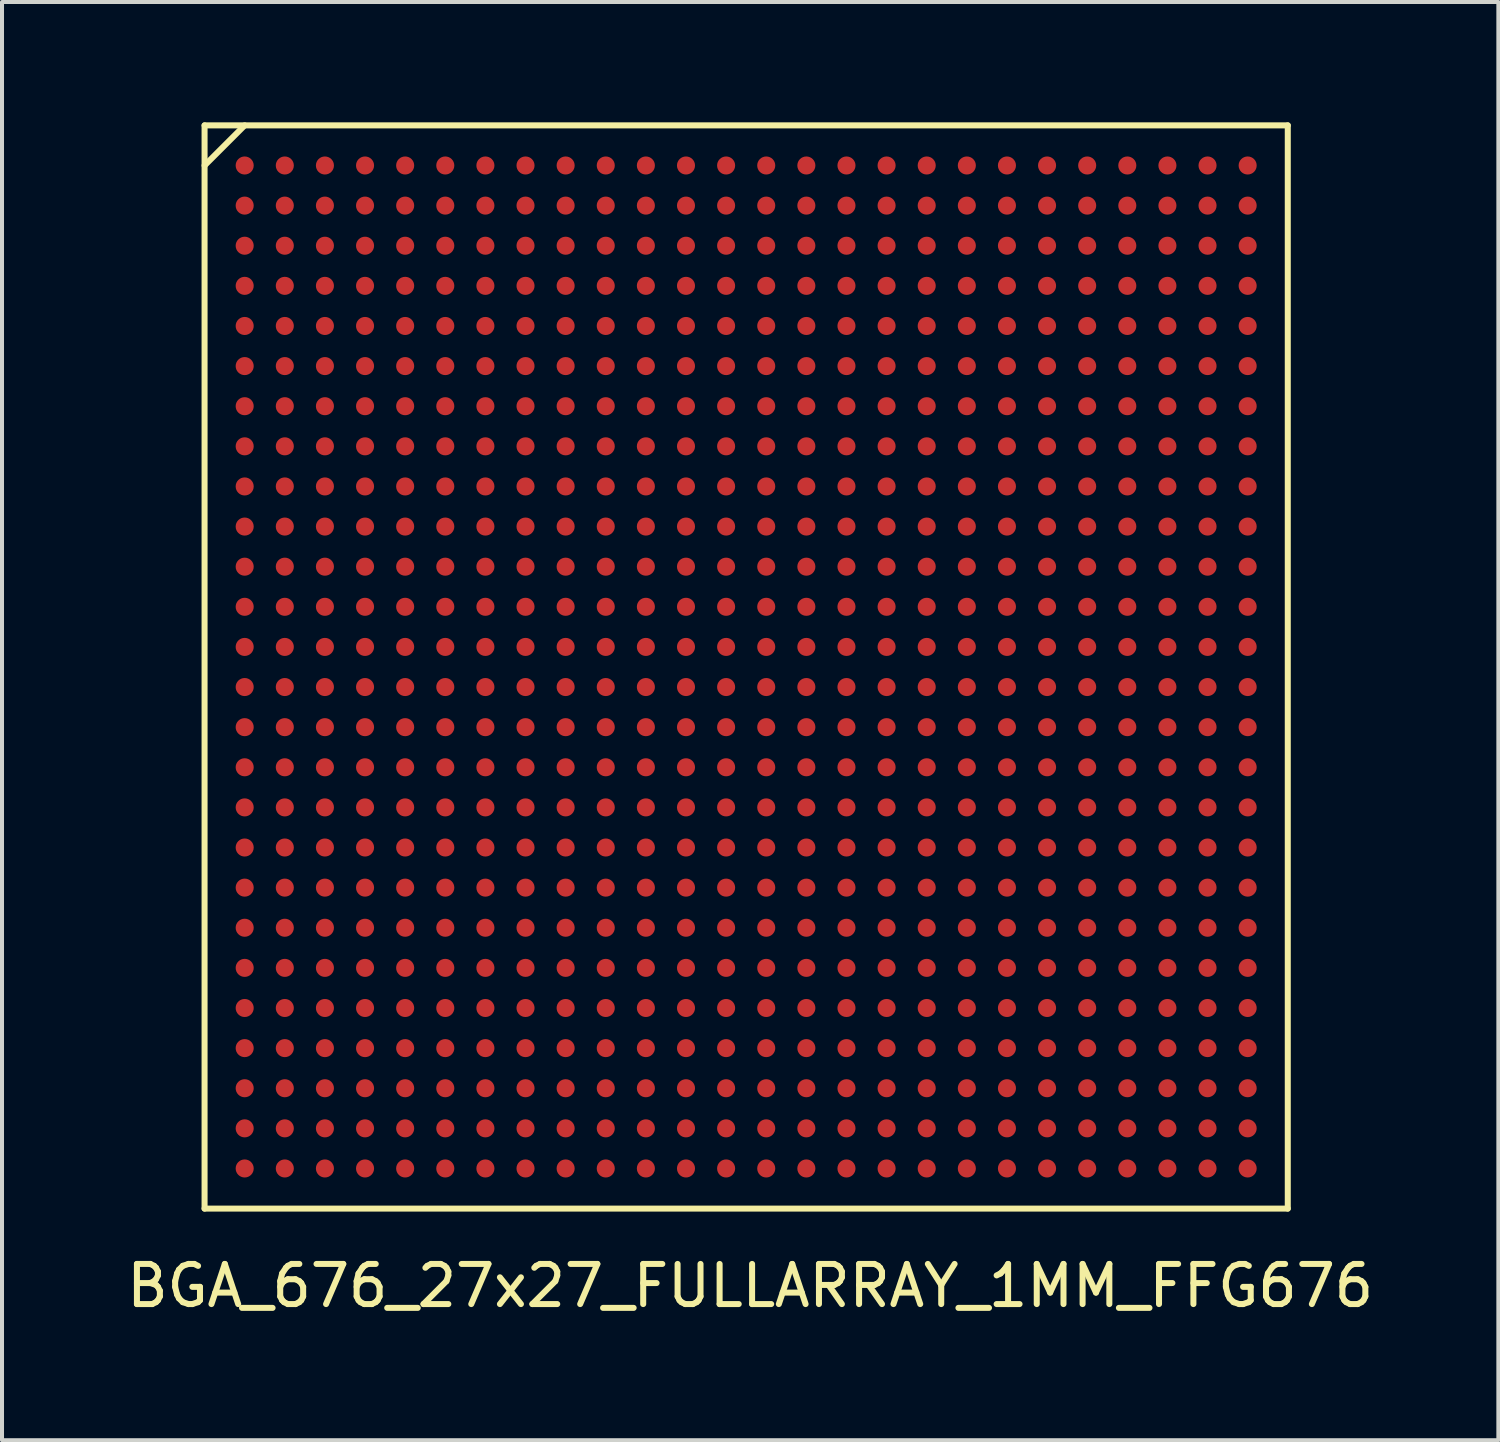
<source format=kicad_pcb>
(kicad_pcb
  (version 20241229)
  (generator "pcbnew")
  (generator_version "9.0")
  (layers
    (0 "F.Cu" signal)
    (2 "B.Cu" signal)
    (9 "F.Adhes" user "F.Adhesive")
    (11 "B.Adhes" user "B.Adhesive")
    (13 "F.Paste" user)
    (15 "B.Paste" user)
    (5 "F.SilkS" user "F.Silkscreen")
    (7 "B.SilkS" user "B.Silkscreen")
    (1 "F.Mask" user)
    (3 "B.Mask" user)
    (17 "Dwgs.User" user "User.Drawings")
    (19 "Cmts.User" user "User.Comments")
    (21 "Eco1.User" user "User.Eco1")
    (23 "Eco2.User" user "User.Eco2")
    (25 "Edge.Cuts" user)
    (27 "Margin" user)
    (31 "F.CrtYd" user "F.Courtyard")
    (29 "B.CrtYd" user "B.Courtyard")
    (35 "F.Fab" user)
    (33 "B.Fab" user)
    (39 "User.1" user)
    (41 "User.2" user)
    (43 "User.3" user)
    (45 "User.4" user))
  (footprint "BGA_676_27x27_FULLARRAY_1MM_FFG676"
    (layer "F.Cu")
    (at 15.549 13.575)
    (property "Reference" "BGA_676_27x27_FULLARRAY_1MM_FFG676" (at 0.1 15.425 0) (layer "F.SilkS") (effects (font (size 1 1) (thickness 0.15))))
    (attr smd)
    (fp_line (start -13.5 -13.5) (end 13.5 -13.5) (stroke (width 0.15) (type solid)) (layer "F.SilkS"))
    (fp_line (start -13.5 -12.5) (end -12.5 -13.5) (stroke (width 0.15) (type solid)) (layer "F.SilkS"))
    (fp_line (start -13.5 13.5) (end -13.5 -13.5) (stroke (width 0.15) (type solid)) (layer "F.SilkS"))
    (fp_line (start 13.5 -13.5) (end 13.5 13.5) (stroke (width 0.15) (type solid)) (layer "F.SilkS"))
    (fp_line (start 13.5 13.5) (end -13.5 13.5) (stroke (width 0.15) (type solid)) (layer "F.SilkS"))
    (pad "A1" smd circle (at -12.5 -12.5) (size 0.45 0.45) (layers "F.Cu" "F.Mask" "F.Paste"))
    (pad "A2" smd circle (at -11.5 -12.5) (size 0.45 0.45) (layers "F.Cu" "F.Mask" "F.Paste"))
    (pad "A3" smd circle (at -10.5 -12.5) (size 0.45 0.45) (layers "F.Cu" "F.Mask" "F.Paste"))
    (pad "A4" smd circle (at -9.5 -12.5) (size 0.45 0.45) (layers "F.Cu" "F.Mask" "F.Paste"))
    (pad "A5" smd circle (at -8.5 -12.5) (size 0.45 0.45) (layers "F.Cu" "F.Mask" "F.Paste"))
    (pad "A6" smd circle (at -7.5 -12.5) (size 0.45 0.45) (layers "F.Cu" "F.Mask" "F.Paste"))
    (pad "A7" smd circle (at -6.5 -12.5) (size 0.45 0.45) (layers "F.Cu" "F.Mask" "F.Paste"))
    (pad "A8" smd circle (at -5.5 -12.5) (size 0.45 0.45) (layers "F.Cu" "F.Mask" "F.Paste"))
    (pad "A9" smd circle (at -4.5 -12.5) (size 0.45 0.45) (layers "F.Cu" "F.Mask" "F.Paste"))
    (pad "A10" smd circle (at -3.5 -12.5) (size 0.45 0.45) (layers "F.Cu" "F.Mask" "F.Paste"))
    (pad "A11" smd circle (at -2.5 -12.5) (size 0.45 0.45) (layers "F.Cu" "F.Mask" "F.Paste"))
    (pad "A12" smd circle (at -1.5 -12.5) (size 0.45 0.45) (layers "F.Cu" "F.Mask" "F.Paste"))
    (pad "A13" smd circle (at -0.5 -12.5) (size 0.45 0.45) (layers "F.Cu" "F.Mask" "F.Paste"))
    (pad "A14" smd circle (at 0.5 -12.5) (size 0.45 0.45) (layers "F.Cu" "F.Mask" "F.Paste"))
    (pad "A15" smd circle (at 1.5 -12.5) (size 0.45 0.45) (layers "F.Cu" "F.Mask" "F.Paste"))
    (pad "A16" smd circle (at 2.5 -12.5) (size 0.45 0.45) (layers "F.Cu" "F.Mask" "F.Paste"))
    (pad "A17" smd circle (at 3.5 -12.5) (size 0.45 0.45) (layers "F.Cu" "F.Mask" "F.Paste"))
    (pad "A18" smd circle (at 4.5 -12.5) (size 0.45 0.45) (layers "F.Cu" "F.Mask" "F.Paste"))
    (pad "A19" smd circle (at 5.5 -12.5) (size 0.45 0.45) (layers "F.Cu" "F.Mask" "F.Paste"))
    (pad "A20" smd circle (at 6.5 -12.5) (size 0.45 0.45) (layers "F.Cu" "F.Mask" "F.Paste"))
    (pad "A21" smd circle (at 7.5 -12.5) (size 0.45 0.45) (layers "F.Cu" "F.Mask" "F.Paste"))
    (pad "A22" smd circle (at 8.5 -12.5) (size 0.45 0.45) (layers "F.Cu" "F.Mask" "F.Paste"))
    (pad "A23" smd circle (at 9.5 -12.5) (size 0.45 0.45) (layers "F.Cu" "F.Mask" "F.Paste"))
    (pad "A24" smd circle (at 10.5 -12.5) (size 0.45 0.45) (layers "F.Cu" "F.Mask" "F.Paste"))
    (pad "A25" smd circle (at 11.5 -12.5) (size 0.45 0.45) (layers "F.Cu" "F.Mask" "F.Paste"))
    (pad "A26" smd circle (at 12.5 -12.5) (size 0.45 0.45) (layers "F.Cu" "F.Mask" "F.Paste"))
    (pad "AA1" smd circle (at -12.5 7.5) (size 0.45 0.45) (layers "F.Cu" "F.Mask" "F.Paste"))
    (pad "AA2" smd circle (at -11.5 7.5) (size 0.45 0.45) (layers "F.Cu" "F.Mask" "F.Paste"))
    (pad "AA3" smd circle (at -10.5 7.5) (size 0.45 0.45) (layers "F.Cu" "F.Mask" "F.Paste"))
    (pad "AA4" smd circle (at -9.5 7.5) (size 0.45 0.45) (layers "F.Cu" "F.Mask" "F.Paste"))
    (pad "AA5" smd circle (at -8.5 7.5) (size 0.45 0.45) (layers "F.Cu" "F.Mask" "F.Paste"))
    (pad "AA6" smd circle (at -7.5 7.5) (size 0.45 0.45) (layers "F.Cu" "F.Mask" "F.Paste"))
    (pad "AA7" smd circle (at -6.5 7.5) (size 0.45 0.45) (layers "F.Cu" "F.Mask" "F.Paste"))
    (pad "AA8" smd circle (at -5.5 7.5) (size 0.45 0.45) (layers "F.Cu" "F.Mask" "F.Paste"))
    (pad "AA9" smd circle (at -4.5 7.5) (size 0.45 0.45) (layers "F.Cu" "F.Mask" "F.Paste"))
    (pad "AA10" smd circle (at -3.5 7.5) (size 0.45 0.45) (layers "F.Cu" "F.Mask" "F.Paste"))
    (pad "AA11" smd circle (at -2.5 7.5) (size 0.45 0.45) (layers "F.Cu" "F.Mask" "F.Paste"))
    (pad "AA12" smd circle (at -1.5 7.5) (size 0.45 0.45) (layers "F.Cu" "F.Mask" "F.Paste"))
    (pad "AA13" smd circle (at -0.5 7.5) (size 0.45 0.45) (layers "F.Cu" "F.Mask" "F.Paste"))
    (pad "AA14" smd circle (at 0.5 7.5) (size 0.45 0.45) (layers "F.Cu" "F.Mask" "F.Paste"))
    (pad "AA15" smd circle (at 1.5 7.5) (size 0.45 0.45) (layers "F.Cu" "F.Mask" "F.Paste"))
    (pad "AA16" smd circle (at 2.5 7.5) (size 0.45 0.45) (layers "F.Cu" "F.Mask" "F.Paste"))
    (pad "AA17" smd circle (at 3.5 7.5) (size 0.45 0.45) (layers "F.Cu" "F.Mask" "F.Paste"))
    (pad "AA18" smd circle (at 4.5 7.5) (size 0.45 0.45) (layers "F.Cu" "F.Mask" "F.Paste"))
    (pad "AA19" smd circle (at 5.5 7.5) (size 0.45 0.45) (layers "F.Cu" "F.Mask" "F.Paste"))
    (pad "AA20" smd circle (at 6.5 7.5) (size 0.45 0.45) (layers "F.Cu" "F.Mask" "F.Paste"))
    (pad "AA21" smd circle (at 7.5 7.5) (size 0.45 0.45) (layers "F.Cu" "F.Mask" "F.Paste"))
    (pad "AA22" smd circle (at 8.5 7.5) (size 0.45 0.45) (layers "F.Cu" "F.Mask" "F.Paste"))
    (pad "AA23" smd circle (at 9.5 7.5) (size 0.45 0.45) (layers "F.Cu" "F.Mask" "F.Paste"))
    (pad "AA24" smd circle (at 10.5 7.5) (size 0.45 0.45) (layers "F.Cu" "F.Mask" "F.Paste"))
    (pad "AA25" smd circle (at 11.5 7.5) (size 0.45 0.45) (layers "F.Cu" "F.Mask" "F.Paste"))
    (pad "AA26" smd circle (at 12.5 7.5) (size 0.45 0.45) (layers "F.Cu" "F.Mask" "F.Paste"))
    (pad "AB1" smd circle (at -12.5 8.5) (size 0.45 0.45) (layers "F.Cu" "F.Mask" "F.Paste"))
    (pad "AB2" smd circle (at -11.5 8.5) (size 0.45 0.45) (layers "F.Cu" "F.Mask" "F.Paste"))
    (pad "AB3" smd circle (at -10.5 8.5) (size 0.45 0.45) (layers "F.Cu" "F.Mask" "F.Paste"))
    (pad "AB4" smd circle (at -9.5 8.5) (size 0.45 0.45) (layers "F.Cu" "F.Mask" "F.Paste"))
    (pad "AB5" smd circle (at -8.5 8.5) (size 0.45 0.45) (layers "F.Cu" "F.Mask" "F.Paste"))
    (pad "AB6" smd circle (at -7.5 8.5) (size 0.45 0.45) (layers "F.Cu" "F.Mask" "F.Paste"))
    (pad "AB7" smd circle (at -6.5 8.5) (size 0.45 0.45) (layers "F.Cu" "F.Mask" "F.Paste"))
    (pad "AB8" smd circle (at -5.5 8.5) (size 0.45 0.45) (layers "F.Cu" "F.Mask" "F.Paste"))
    (pad "AB9" smd circle (at -4.5 8.5) (size 0.45 0.45) (layers "F.Cu" "F.Mask" "F.Paste"))
    (pad "AB10" smd circle (at -3.5 8.5) (size 0.45 0.45) (layers "F.Cu" "F.Mask" "F.Paste"))
    (pad "AB11" smd circle (at -2.5 8.5) (size 0.45 0.45) (layers "F.Cu" "F.Mask" "F.Paste"))
    (pad "AB12" smd circle (at -1.5 8.5) (size 0.45 0.45) (layers "F.Cu" "F.Mask" "F.Paste"))
    (pad "AB13" smd circle (at -0.5 8.5) (size 0.45 0.45) (layers "F.Cu" "F.Mask" "F.Paste"))
    (pad "AB14" smd circle (at 0.5 8.5) (size 0.45 0.45) (layers "F.Cu" "F.Mask" "F.Paste"))
    (pad "AB15" smd circle (at 1.5 8.5) (size 0.45 0.45) (layers "F.Cu" "F.Mask" "F.Paste"))
    (pad "AB16" smd circle (at 2.5 8.5) (size 0.45 0.45) (layers "F.Cu" "F.Mask" "F.Paste"))
    (pad "AB17" smd circle (at 3.5 8.5) (size 0.45 0.45) (layers "F.Cu" "F.Mask" "F.Paste"))
    (pad "AB18" smd circle (at 4.5 8.5) (size 0.45 0.45) (layers "F.Cu" "F.Mask" "F.Paste"))
    (pad "AB19" smd circle (at 5.5 8.5) (size 0.45 0.45) (layers "F.Cu" "F.Mask" "F.Paste"))
    (pad "AB20" smd circle (at 6.5 8.5) (size 0.45 0.45) (layers "F.Cu" "F.Mask" "F.Paste"))
    (pad "AB21" smd circle (at 7.5 8.5) (size 0.45 0.45) (layers "F.Cu" "F.Mask" "F.Paste"))
    (pad "AB22" smd circle (at 8.5 8.5) (size 0.45 0.45) (layers "F.Cu" "F.Mask" "F.Paste"))
    (pad "AB23" smd circle (at 9.5 8.5) (size 0.45 0.45) (layers "F.Cu" "F.Mask" "F.Paste"))
    (pad "AB24" smd circle (at 10.5 8.5) (size 0.45 0.45) (layers "F.Cu" "F.Mask" "F.Paste"))
    (pad "AB25" smd circle (at 11.5 8.5) (size 0.45 0.45) (layers "F.Cu" "F.Mask" "F.Paste"))
    (pad "AB26" smd circle (at 12.5 8.5) (size 0.45 0.45) (layers "F.Cu" "F.Mask" "F.Paste"))
    (pad "AC1" smd circle (at -12.5 9.5) (size 0.45 0.45) (layers "F.Cu" "F.Mask" "F.Paste"))
    (pad "AC2" smd circle (at -11.5 9.5) (size 0.45 0.45) (layers "F.Cu" "F.Mask" "F.Paste"))
    (pad "AC3" smd circle (at -10.5 9.5) (size 0.45 0.45) (layers "F.Cu" "F.Mask" "F.Paste"))
    (pad "AC4" smd circle (at -9.5 9.5) (size 0.45 0.45) (layers "F.Cu" "F.Mask" "F.Paste"))
    (pad "AC5" smd circle (at -8.5 9.5) (size 0.45 0.45) (layers "F.Cu" "F.Mask" "F.Paste"))
    (pad "AC6" smd circle (at -7.5 9.5) (size 0.45 0.45) (layers "F.Cu" "F.Mask" "F.Paste"))
    (pad "AC7" smd circle (at -6.5 9.5) (size 0.45 0.45) (layers "F.Cu" "F.Mask" "F.Paste"))
    (pad "AC8" smd circle (at -5.5 9.5) (size 0.45 0.45) (layers "F.Cu" "F.Mask" "F.Paste"))
    (pad "AC9" smd circle (at -4.5 9.5) (size 0.45 0.45) (layers "F.Cu" "F.Mask" "F.Paste"))
    (pad "AC10" smd circle (at -3.5 9.5) (size 0.45 0.45) (layers "F.Cu" "F.Mask" "F.Paste"))
    (pad "AC11" smd circle (at -2.5 9.5) (size 0.45 0.45) (layers "F.Cu" "F.Mask" "F.Paste"))
    (pad "AC12" smd circle (at -1.5 9.5) (size 0.45 0.45) (layers "F.Cu" "F.Mask" "F.Paste"))
    (pad "AC13" smd circle (at -0.5 9.5) (size 0.45 0.45) (layers "F.Cu" "F.Mask" "F.Paste"))
    (pad "AC14" smd circle (at 0.5 9.5) (size 0.45 0.45) (layers "F.Cu" "F.Mask" "F.Paste"))
    (pad "AC15" smd circle (at 1.5 9.5) (size 0.45 0.45) (layers "F.Cu" "F.Mask" "F.Paste"))
    (pad "AC16" smd circle (at 2.5 9.5) (size 0.45 0.45) (layers "F.Cu" "F.Mask" "F.Paste"))
    (pad "AC17" smd circle (at 3.5 9.5) (size 0.45 0.45) (layers "F.Cu" "F.Mask" "F.Paste"))
    (pad "AC18" smd circle (at 4.5 9.5) (size 0.45 0.45) (layers "F.Cu" "F.Mask" "F.Paste"))
    (pad "AC19" smd circle (at 5.5 9.5) (size 0.45 0.45) (layers "F.Cu" "F.Mask" "F.Paste"))
    (pad "AC20" smd circle (at 6.5 9.5) (size 0.45 0.45) (layers "F.Cu" "F.Mask" "F.Paste"))
    (pad "AC21" smd circle (at 7.5 9.5) (size 0.45 0.45) (layers "F.Cu" "F.Mask" "F.Paste"))
    (pad "AC22" smd circle (at 8.5 9.5) (size 0.45 0.45) (layers "F.Cu" "F.Mask" "F.Paste"))
    (pad "AC23" smd circle (at 9.5 9.5) (size 0.45 0.45) (layers "F.Cu" "F.Mask" "F.Paste"))
    (pad "AC24" smd circle (at 10.5 9.5) (size 0.45 0.45) (layers "F.Cu" "F.Mask" "F.Paste"))
    (pad "AC25" smd circle (at 11.5 9.5) (size 0.45 0.45) (layers "F.Cu" "F.Mask" "F.Paste"))
    (pad "AC26" smd circle (at 12.5 9.5) (size 0.45 0.45) (layers "F.Cu" "F.Mask" "F.Paste"))
    (pad "AD1" smd circle (at -12.5 10.5) (size 0.45 0.45) (layers "F.Cu" "F.Mask" "F.Paste"))
    (pad "AD2" smd circle (at -11.5 10.5) (size 0.45 0.45) (layers "F.Cu" "F.Mask" "F.Paste"))
    (pad "AD3" smd circle (at -10.5 10.5) (size 0.45 0.45) (layers "F.Cu" "F.Mask" "F.Paste"))
    (pad "AD4" smd circle (at -9.5 10.5) (size 0.45 0.45) (layers "F.Cu" "F.Mask" "F.Paste"))
    (pad "AD5" smd circle (at -8.5 10.5) (size 0.45 0.45) (layers "F.Cu" "F.Mask" "F.Paste"))
    (pad "AD6" smd circle (at -7.5 10.5) (size 0.45 0.45) (layers "F.Cu" "F.Mask" "F.Paste"))
    (pad "AD7" smd circle (at -6.5 10.5) (size 0.45 0.45) (layers "F.Cu" "F.Mask" "F.Paste"))
    (pad "AD8" smd circle (at -5.5 10.5) (size 0.45 0.45) (layers "F.Cu" "F.Mask" "F.Paste"))
    (pad "AD9" smd circle (at -4.5 10.5) (size 0.45 0.45) (layers "F.Cu" "F.Mask" "F.Paste"))
    (pad "AD10" smd circle (at -3.5 10.5) (size 0.45 0.45) (layers "F.Cu" "F.Mask" "F.Paste"))
    (pad "AD11" smd circle (at -2.5 10.5) (size 0.45 0.45) (layers "F.Cu" "F.Mask" "F.Paste"))
    (pad "AD12" smd circle (at -1.5 10.5) (size 0.45 0.45) (layers "F.Cu" "F.Mask" "F.Paste"))
    (pad "AD13" smd circle (at -0.5 10.5) (size 0.45 0.45) (layers "F.Cu" "F.Mask" "F.Paste"))
    (pad "AD14" smd circle (at 0.5 10.5) (size 0.45 0.45) (layers "F.Cu" "F.Mask" "F.Paste"))
    (pad "AD15" smd circle (at 1.5 10.5) (size 0.45 0.45) (layers "F.Cu" "F.Mask" "F.Paste"))
    (pad "AD16" smd circle (at 2.5 10.5) (size 0.45 0.45) (layers "F.Cu" "F.Mask" "F.Paste"))
    (pad "AD17" smd circle (at 3.5 10.5) (size 0.45 0.45) (layers "F.Cu" "F.Mask" "F.Paste"))
    (pad "AD18" smd circle (at 4.5 10.5) (size 0.45 0.45) (layers "F.Cu" "F.Mask" "F.Paste"))
    (pad "AD19" smd circle (at 5.5 10.5) (size 0.45 0.45) (layers "F.Cu" "F.Mask" "F.Paste"))
    (pad "AD20" smd circle (at 6.5 10.5) (size 0.45 0.45) (layers "F.Cu" "F.Mask" "F.Paste"))
    (pad "AD21" smd circle (at 7.5 10.5) (size 0.45 0.45) (layers "F.Cu" "F.Mask" "F.Paste"))
    (pad "AD22" smd circle (at 8.5 10.5) (size 0.45 0.45) (layers "F.Cu" "F.Mask" "F.Paste"))
    (pad "AD23" smd circle (at 9.5 10.5) (size 0.45 0.45) (layers "F.Cu" "F.Mask" "F.Paste"))
    (pad "AD24" smd circle (at 10.5 10.5) (size 0.45 0.45) (layers "F.Cu" "F.Mask" "F.Paste"))
    (pad "AD25" smd circle (at 11.5 10.5) (size 0.45 0.45) (layers "F.Cu" "F.Mask" "F.Paste"))
    (pad "AD26" smd circle (at 12.5 10.5) (size 0.45 0.45) (layers "F.Cu" "F.Mask" "F.Paste"))
    (pad "AE1" smd circle (at -12.5 11.5) (size 0.45 0.45) (layers "F.Cu" "F.Mask" "F.Paste"))
    (pad "AE2" smd circle (at -11.5 11.5) (size 0.45 0.45) (layers "F.Cu" "F.Mask" "F.Paste"))
    (pad "AE3" smd circle (at -10.5 11.5) (size 0.45 0.45) (layers "F.Cu" "F.Mask" "F.Paste"))
    (pad "AE4" smd circle (at -9.5 11.5) (size 0.45 0.45) (layers "F.Cu" "F.Mask" "F.Paste"))
    (pad "AE5" smd circle (at -8.5 11.5) (size 0.45 0.45) (layers "F.Cu" "F.Mask" "F.Paste"))
    (pad "AE6" smd circle (at -7.5 11.5) (size 0.45 0.45) (layers "F.Cu" "F.Mask" "F.Paste"))
    (pad "AE7" smd circle (at -6.5 11.5) (size 0.45 0.45) (layers "F.Cu" "F.Mask" "F.Paste"))
    (pad "AE8" smd circle (at -5.5 11.5) (size 0.45 0.45) (layers "F.Cu" "F.Mask" "F.Paste"))
    (pad "AE9" smd circle (at -4.5 11.5) (size 0.45 0.45) (layers "F.Cu" "F.Mask" "F.Paste"))
    (pad "AE10" smd circle (at -3.5 11.5) (size 0.45 0.45) (layers "F.Cu" "F.Mask" "F.Paste"))
    (pad "AE11" smd circle (at -2.5 11.5) (size 0.45 0.45) (layers "F.Cu" "F.Mask" "F.Paste"))
    (pad "AE12" smd circle (at -1.5 11.5) (size 0.45 0.45) (layers "F.Cu" "F.Mask" "F.Paste"))
    (pad "AE13" smd circle (at -0.5 11.5) (size 0.45 0.45) (layers "F.Cu" "F.Mask" "F.Paste"))
    (pad "AE14" smd circle (at 0.5 11.5) (size 0.45 0.45) (layers "F.Cu" "F.Mask" "F.Paste"))
    (pad "AE15" smd circle (at 1.5 11.5) (size 0.45 0.45) (layers "F.Cu" "F.Mask" "F.Paste"))
    (pad "AE16" smd circle (at 2.5 11.5) (size 0.45 0.45) (layers "F.Cu" "F.Mask" "F.Paste"))
    (pad "AE17" smd circle (at 3.5 11.5) (size 0.45 0.45) (layers "F.Cu" "F.Mask" "F.Paste"))
    (pad "AE18" smd circle (at 4.5 11.5) (size 0.45 0.45) (layers "F.Cu" "F.Mask" "F.Paste"))
    (pad "AE19" smd circle (at 5.5 11.5) (size 0.45 0.45) (layers "F.Cu" "F.Mask" "F.Paste"))
    (pad "AE20" smd circle (at 6.5 11.5) (size 0.45 0.45) (layers "F.Cu" "F.Mask" "F.Paste"))
    (pad "AE21" smd circle (at 7.5 11.5) (size 0.45 0.45) (layers "F.Cu" "F.Mask" "F.Paste"))
    (pad "AE22" smd circle (at 8.5 11.5) (size 0.45 0.45) (layers "F.Cu" "F.Mask" "F.Paste"))
    (pad "AE23" smd circle (at 9.5 11.5) (size 0.45 0.45) (layers "F.Cu" "F.Mask" "F.Paste"))
    (pad "AE24" smd circle (at 10.5 11.5) (size 0.45 0.45) (layers "F.Cu" "F.Mask" "F.Paste"))
    (pad "AE25" smd circle (at 11.5 11.5) (size 0.45 0.45) (layers "F.Cu" "F.Mask" "F.Paste"))
    (pad "AE26" smd circle (at 12.5 11.5) (size 0.45 0.45) (layers "F.Cu" "F.Mask" "F.Paste"))
    (pad "AF1" smd circle (at -12.5 12.5) (size 0.45 0.45) (layers "F.Cu" "F.Mask" "F.Paste"))
    (pad "AF2" smd circle (at -11.5 12.5) (size 0.45 0.45) (layers "F.Cu" "F.Mask" "F.Paste"))
    (pad "AF3" smd circle (at -10.5 12.5) (size 0.45 0.45) (layers "F.Cu" "F.Mask" "F.Paste"))
    (pad "AF4" smd circle (at -9.5 12.5) (size 0.45 0.45) (layers "F.Cu" "F.Mask" "F.Paste"))
    (pad "AF5" smd circle (at -8.5 12.5) (size 0.45 0.45) (layers "F.Cu" "F.Mask" "F.Paste"))
    (pad "AF6" smd circle (at -7.5 12.5) (size 0.45 0.45) (layers "F.Cu" "F.Mask" "F.Paste"))
    (pad "AF7" smd circle (at -6.5 12.5) (size 0.45 0.45) (layers "F.Cu" "F.Mask" "F.Paste"))
    (pad "AF8" smd circle (at -5.5 12.5) (size 0.45 0.45) (layers "F.Cu" "F.Mask" "F.Paste"))
    (pad "AF9" smd circle (at -4.5 12.5) (size 0.45 0.45) (layers "F.Cu" "F.Mask" "F.Paste"))
    (pad "AF10" smd circle (at -3.5 12.5) (size 0.45 0.45) (layers "F.Cu" "F.Mask" "F.Paste"))
    (pad "AF11" smd circle (at -2.5 12.5) (size 0.45 0.45) (layers "F.Cu" "F.Mask" "F.Paste"))
    (pad "AF12" smd circle (at -1.5 12.5) (size 0.45 0.45) (layers "F.Cu" "F.Mask" "F.Paste"))
    (pad "AF13" smd circle (at -0.5 12.5) (size 0.45 0.45) (layers "F.Cu" "F.Mask" "F.Paste"))
    (pad "AF14" smd circle (at 0.5 12.5) (size 0.45 0.45) (layers "F.Cu" "F.Mask" "F.Paste"))
    (pad "AF15" smd circle (at 1.5 12.5) (size 0.45 0.45) (layers "F.Cu" "F.Mask" "F.Paste"))
    (pad "AF16" smd circle (at 2.5 12.5) (size 0.45 0.45) (layers "F.Cu" "F.Mask" "F.Paste"))
    (pad "AF17" smd circle (at 3.5 12.5) (size 0.45 0.45) (layers "F.Cu" "F.Mask" "F.Paste"))
    (pad "AF18" smd circle (at 4.5 12.5) (size 0.45 0.45) (layers "F.Cu" "F.Mask" "F.Paste"))
    (pad "AF19" smd circle (at 5.5 12.5) (size 0.45 0.45) (layers "F.Cu" "F.Mask" "F.Paste"))
    (pad "AF20" smd circle (at 6.5 12.5) (size 0.45 0.45) (layers "F.Cu" "F.Mask" "F.Paste"))
    (pad "AF21" smd circle (at 7.5 12.5) (size 0.45 0.45) (layers "F.Cu" "F.Mask" "F.Paste"))
    (pad "AF22" smd circle (at 8.5 12.5) (size 0.45 0.45) (layers "F.Cu" "F.Mask" "F.Paste"))
    (pad "AF23" smd circle (at 9.5 12.5) (size 0.45 0.45) (layers "F.Cu" "F.Mask" "F.Paste"))
    (pad "AF24" smd circle (at 10.5 12.5) (size 0.45 0.45) (layers "F.Cu" "F.Mask" "F.Paste"))
    (pad "AF25" smd circle (at 11.5 12.5) (size 0.45 0.45) (layers "F.Cu" "F.Mask" "F.Paste"))
    (pad "AF26" smd circle (at 12.5 12.5) (size 0.45 0.45) (layers "F.Cu" "F.Mask" "F.Paste"))
    (pad "B1" smd circle (at -12.5 -11.5) (size 0.45 0.45) (layers "F.Cu" "F.Mask" "F.Paste"))
    (pad "B2" smd circle (at -11.5 -11.5) (size 0.45 0.45) (layers "F.Cu" "F.Mask" "F.Paste"))
    (pad "B3" smd circle (at -10.5 -11.5) (size 0.45 0.45) (layers "F.Cu" "F.Mask" "F.Paste"))
    (pad "B4" smd circle (at -9.5 -11.5) (size 0.45 0.45) (layers "F.Cu" "F.Mask" "F.Paste"))
    (pad "B5" smd circle (at -8.5 -11.5) (size 0.45 0.45) (layers "F.Cu" "F.Mask" "F.Paste"))
    (pad "B6" smd circle (at -7.5 -11.5) (size 0.45 0.45) (layers "F.Cu" "F.Mask" "F.Paste"))
    (pad "B7" smd circle (at -6.5 -11.5) (size 0.45 0.45) (layers "F.Cu" "F.Mask" "F.Paste"))
    (pad "B8" smd circle (at -5.5 -11.5) (size 0.45 0.45) (layers "F.Cu" "F.Mask" "F.Paste"))
    (pad "B9" smd circle (at -4.5 -11.5) (size 0.45 0.45) (layers "F.Cu" "F.Mask" "F.Paste"))
    (pad "B10" smd circle (at -3.5 -11.5) (size 0.45 0.45) (layers "F.Cu" "F.Mask" "F.Paste"))
    (pad "B11" smd circle (at -2.5 -11.5) (size 0.45 0.45) (layers "F.Cu" "F.Mask" "F.Paste"))
    (pad "B12" smd circle (at -1.5 -11.5) (size 0.45 0.45) (layers "F.Cu" "F.Mask" "F.Paste"))
    (pad "B13" smd circle (at -0.5 -11.5) (size 0.45 0.45) (layers "F.Cu" "F.Mask" "F.Paste"))
    (pad "B14" smd circle (at 0.5 -11.5) (size 0.45 0.45) (layers "F.Cu" "F.Mask" "F.Paste"))
    (pad "B15" smd circle (at 1.5 -11.5) (size 0.45 0.45) (layers "F.Cu" "F.Mask" "F.Paste"))
    (pad "B16" smd circle (at 2.5 -11.5) (size 0.45 0.45) (layers "F.Cu" "F.Mask" "F.Paste"))
    (pad "B17" smd circle (at 3.5 -11.5) (size 0.45 0.45) (layers "F.Cu" "F.Mask" "F.Paste"))
    (pad "B18" smd circle (at 4.5 -11.5) (size 0.45 0.45) (layers "F.Cu" "F.Mask" "F.Paste"))
    (pad "B19" smd circle (at 5.5 -11.5) (size 0.45 0.45) (layers "F.Cu" "F.Mask" "F.Paste"))
    (pad "B20" smd circle (at 6.5 -11.5) (size 0.45 0.45) (layers "F.Cu" "F.Mask" "F.Paste"))
    (pad "B21" smd circle (at 7.5 -11.5) (size 0.45 0.45) (layers "F.Cu" "F.Mask" "F.Paste"))
    (pad "B22" smd circle (at 8.5 -11.5) (size 0.45 0.45) (layers "F.Cu" "F.Mask" "F.Paste"))
    (pad "B23" smd circle (at 9.5 -11.5) (size 0.45 0.45) (layers "F.Cu" "F.Mask" "F.Paste"))
    (pad "B24" smd circle (at 10.5 -11.5) (size 0.45 0.45) (layers "F.Cu" "F.Mask" "F.Paste"))
    (pad "B25" smd circle (at 11.5 -11.5) (size 0.45 0.45) (layers "F.Cu" "F.Mask" "F.Paste"))
    (pad "B26" smd circle (at 12.5 -11.5) (size 0.45 0.45) (layers "F.Cu" "F.Mask" "F.Paste"))
    (pad "C1" smd circle (at -12.5 -10.5) (size 0.45 0.45) (layers "F.Cu" "F.Mask" "F.Paste"))
    (pad "C2" smd circle (at -11.5 -10.5) (size 0.45 0.45) (layers "F.Cu" "F.Mask" "F.Paste"))
    (pad "C3" smd circle (at -10.5 -10.5) (size 0.45 0.45) (layers "F.Cu" "F.Mask" "F.Paste"))
    (pad "C4" smd circle (at -9.5 -10.5) (size 0.45 0.45) (layers "F.Cu" "F.Mask" "F.Paste"))
    (pad "C5" smd circle (at -8.5 -10.5) (size 0.45 0.45) (layers "F.Cu" "F.Mask" "F.Paste"))
    (pad "C6" smd circle (at -7.5 -10.5) (size 0.45 0.45) (layers "F.Cu" "F.Mask" "F.Paste"))
    (pad "C7" smd circle (at -6.5 -10.5) (size 0.45 0.45) (layers "F.Cu" "F.Mask" "F.Paste"))
    (pad "C8" smd circle (at -5.5 -10.5) (size 0.45 0.45) (layers "F.Cu" "F.Mask" "F.Paste"))
    (pad "C9" smd circle (at -4.5 -10.5) (size 0.45 0.45) (layers "F.Cu" "F.Mask" "F.Paste"))
    (pad "C10" smd circle (at -3.5 -10.5) (size 0.45 0.45) (layers "F.Cu" "F.Mask" "F.Paste"))
    (pad "C11" smd circle (at -2.5 -10.5) (size 0.45 0.45) (layers "F.Cu" "F.Mask" "F.Paste"))
    (pad "C12" smd circle (at -1.5 -10.5) (size 0.45 0.45) (layers "F.Cu" "F.Mask" "F.Paste"))
    (pad "C13" smd circle (at -0.5 -10.5) (size 0.45 0.45) (layers "F.Cu" "F.Mask" "F.Paste"))
    (pad "C14" smd circle (at 0.5 -10.5) (size 0.45 0.45) (layers "F.Cu" "F.Mask" "F.Paste"))
    (pad "C15" smd circle (at 1.5 -10.5) (size 0.45 0.45) (layers "F.Cu" "F.Mask" "F.Paste"))
    (pad "C16" smd circle (at 2.5 -10.5) (size 0.45 0.45) (layers "F.Cu" "F.Mask" "F.Paste"))
    (pad "C17" smd circle (at 3.5 -10.5) (size 0.45 0.45) (layers "F.Cu" "F.Mask" "F.Paste"))
    (pad "C18" smd circle (at 4.5 -10.5) (size 0.45 0.45) (layers "F.Cu" "F.Mask" "F.Paste"))
    (pad "C19" smd circle (at 5.5 -10.5) (size 0.45 0.45) (layers "F.Cu" "F.Mask" "F.Paste"))
    (pad "C20" smd circle (at 6.5 -10.5) (size 0.45 0.45) (layers "F.Cu" "F.Mask" "F.Paste"))
    (pad "C21" smd circle (at 7.5 -10.5) (size 0.45 0.45) (layers "F.Cu" "F.Mask" "F.Paste"))
    (pad "C22" smd circle (at 8.5 -10.5) (size 0.45 0.45) (layers "F.Cu" "F.Mask" "F.Paste"))
    (pad "C23" smd circle (at 9.5 -10.5) (size 0.45 0.45) (layers "F.Cu" "F.Mask" "F.Paste"))
    (pad "C24" smd circle (at 10.5 -10.5) (size 0.45 0.45) (layers "F.Cu" "F.Mask" "F.Paste"))
    (pad "C25" smd circle (at 11.5 -10.5) (size 0.45 0.45) (layers "F.Cu" "F.Mask" "F.Paste"))
    (pad "C26" smd circle (at 12.5 -10.5) (size 0.45 0.45) (layers "F.Cu" "F.Mask" "F.Paste"))
    (pad "D1" smd circle (at -12.5 -9.5) (size 0.45 0.45) (layers "F.Cu" "F.Mask" "F.Paste"))
    (pad "D2" smd circle (at -11.5 -9.5) (size 0.45 0.45) (layers "F.Cu" "F.Mask" "F.Paste"))
    (pad "D3" smd circle (at -10.5 -9.5) (size 0.45 0.45) (layers "F.Cu" "F.Mask" "F.Paste"))
    (pad "D4" smd circle (at -9.5 -9.5) (size 0.45 0.45) (layers "F.Cu" "F.Mask" "F.Paste"))
    (pad "D5" smd circle (at -8.5 -9.5) (size 0.45 0.45) (layers "F.Cu" "F.Mask" "F.Paste"))
    (pad "D6" smd circle (at -7.5 -9.5) (size 0.45 0.45) (layers "F.Cu" "F.Mask" "F.Paste"))
    (pad "D7" smd circle (at -6.5 -9.5) (size 0.45 0.45) (layers "F.Cu" "F.Mask" "F.Paste"))
    (pad "D8" smd circle (at -5.5 -9.5) (size 0.45 0.45) (layers "F.Cu" "F.Mask" "F.Paste"))
    (pad "D9" smd circle (at -4.5 -9.5) (size 0.45 0.45) (layers "F.Cu" "F.Mask" "F.Paste"))
    (pad "D10" smd circle (at -3.5 -9.5) (size 0.45 0.45) (layers "F.Cu" "F.Mask" "F.Paste"))
    (pad "D11" smd circle (at -2.5 -9.5) (size 0.45 0.45) (layers "F.Cu" "F.Mask" "F.Paste"))
    (pad "D12" smd circle (at -1.5 -9.5) (size 0.45 0.45) (layers "F.Cu" "F.Mask" "F.Paste"))
    (pad "D13" smd circle (at -0.5 -9.5) (size 0.45 0.45) (layers "F.Cu" "F.Mask" "F.Paste"))
    (pad "D14" smd circle (at 0.5 -9.5) (size 0.45 0.45) (layers "F.Cu" "F.Mask" "F.Paste"))
    (pad "D15" smd circle (at 1.5 -9.5) (size 0.45 0.45) (layers "F.Cu" "F.Mask" "F.Paste"))
    (pad "D16" smd circle (at 2.5 -9.5) (size 0.45 0.45) (layers "F.Cu" "F.Mask" "F.Paste"))
    (pad "D17" smd circle (at 3.5 -9.5) (size 0.45 0.45) (layers "F.Cu" "F.Mask" "F.Paste"))
    (pad "D18" smd circle (at 4.5 -9.5) (size 0.45 0.45) (layers "F.Cu" "F.Mask" "F.Paste"))
    (pad "D19" smd circle (at 5.5 -9.5) (size 0.45 0.45) (layers "F.Cu" "F.Mask" "F.Paste"))
    (pad "D20" smd circle (at 6.5 -9.5) (size 0.45 0.45) (layers "F.Cu" "F.Mask" "F.Paste"))
    (pad "D21" smd circle (at 7.5 -9.5) (size 0.45 0.45) (layers "F.Cu" "F.Mask" "F.Paste"))
    (pad "D22" smd circle (at 8.5 -9.5) (size 0.45 0.45) (layers "F.Cu" "F.Mask" "F.Paste"))
    (pad "D23" smd circle (at 9.5 -9.5) (size 0.45 0.45) (layers "F.Cu" "F.Mask" "F.Paste"))
    (pad "D24" smd circle (at 10.5 -9.5) (size 0.45 0.45) (layers "F.Cu" "F.Mask" "F.Paste"))
    (pad "D25" smd circle (at 11.5 -9.5) (size 0.45 0.45) (layers "F.Cu" "F.Mask" "F.Paste"))
    (pad "D26" smd circle (at 12.5 -9.5) (size 0.45 0.45) (layers "F.Cu" "F.Mask" "F.Paste"))
    (pad "E1" smd circle (at -12.5 -8.5) (size 0.45 0.45) (layers "F.Cu" "F.Mask" "F.Paste"))
    (pad "E2" smd circle (at -11.5 -8.5) (size 0.45 0.45) (layers "F.Cu" "F.Mask" "F.Paste"))
    (pad "E3" smd circle (at -10.5 -8.5) (size 0.45 0.45) (layers "F.Cu" "F.Mask" "F.Paste"))
    (pad "E4" smd circle (at -9.5 -8.5) (size 0.45 0.45) (layers "F.Cu" "F.Mask" "F.Paste"))
    (pad "E5" smd circle (at -8.5 -8.5) (size 0.45 0.45) (layers "F.Cu" "F.Mask" "F.Paste"))
    (pad "E6" smd circle (at -7.5 -8.5) (size 0.45 0.45) (layers "F.Cu" "F.Mask" "F.Paste"))
    (pad "E7" smd circle (at -6.5 -8.5) (size 0.45 0.45) (layers "F.Cu" "F.Mask" "F.Paste"))
    (pad "E8" smd circle (at -5.5 -8.5) (size 0.45 0.45) (layers "F.Cu" "F.Mask" "F.Paste"))
    (pad "E9" smd circle (at -4.5 -8.5) (size 0.45 0.45) (layers "F.Cu" "F.Mask" "F.Paste"))
    (pad "E10" smd circle (at -3.5 -8.5) (size 0.45 0.45) (layers "F.Cu" "F.Mask" "F.Paste"))
    (pad "E11" smd circle (at -2.5 -8.5) (size 0.45 0.45) (layers "F.Cu" "F.Mask" "F.Paste"))
    (pad "E12" smd circle (at -1.5 -8.5) (size 0.45 0.45) (layers "F.Cu" "F.Mask" "F.Paste"))
    (pad "E13" smd circle (at -0.5 -8.5) (size 0.45 0.45) (layers "F.Cu" "F.Mask" "F.Paste"))
    (pad "E14" smd circle (at 0.5 -8.5) (size 0.45 0.45) (layers "F.Cu" "F.Mask" "F.Paste"))
    (pad "E15" smd circle (at 1.5 -8.5) (size 0.45 0.45) (layers "F.Cu" "F.Mask" "F.Paste"))
    (pad "E16" smd circle (at 2.5 -8.5) (size 0.45 0.45) (layers "F.Cu" "F.Mask" "F.Paste"))
    (pad "E17" smd circle (at 3.5 -8.5) (size 0.45 0.45) (layers "F.Cu" "F.Mask" "F.Paste"))
    (pad "E18" smd circle (at 4.5 -8.5) (size 0.45 0.45) (layers "F.Cu" "F.Mask" "F.Paste"))
    (pad "E19" smd circle (at 5.5 -8.5) (size 0.45 0.45) (layers "F.Cu" "F.Mask" "F.Paste"))
    (pad "E20" smd circle (at 6.5 -8.5) (size 0.45 0.45) (layers "F.Cu" "F.Mask" "F.Paste"))
    (pad "E21" smd circle (at 7.5 -8.5) (size 0.45 0.45) (layers "F.Cu" "F.Mask" "F.Paste"))
    (pad "E22" smd circle (at 8.5 -8.5) (size 0.45 0.45) (layers "F.Cu" "F.Mask" "F.Paste"))
    (pad "E23" smd circle (at 9.5 -8.5) (size 0.45 0.45) (layers "F.Cu" "F.Mask" "F.Paste"))
    (pad "E24" smd circle (at 10.5 -8.5) (size 0.45 0.45) (layers "F.Cu" "F.Mask" "F.Paste"))
    (pad "E25" smd circle (at 11.5 -8.5) (size 0.45 0.45) (layers "F.Cu" "F.Mask" "F.Paste"))
    (pad "E26" smd circle (at 12.5 -8.5) (size 0.45 0.45) (layers "F.Cu" "F.Mask" "F.Paste"))
    (pad "F1" smd circle (at -12.5 -7.5) (size 0.45 0.45) (layers "F.Cu" "F.Mask" "F.Paste"))
    (pad "F2" smd circle (at -11.5 -7.5) (size 0.45 0.45) (layers "F.Cu" "F.Mask" "F.Paste"))
    (pad "F3" smd circle (at -10.5 -7.5) (size 0.45 0.45) (layers "F.Cu" "F.Mask" "F.Paste"))
    (pad "F4" smd circle (at -9.5 -7.5) (size 0.45 0.45) (layers "F.Cu" "F.Mask" "F.Paste"))
    (pad "F5" smd circle (at -8.5 -7.5) (size 0.45 0.45) (layers "F.Cu" "F.Mask" "F.Paste"))
    (pad "F6" smd circle (at -7.5 -7.5) (size 0.45 0.45) (layers "F.Cu" "F.Mask" "F.Paste"))
    (pad "F7" smd circle (at -6.5 -7.5) (size 0.45 0.45) (layers "F.Cu" "F.Mask" "F.Paste"))
    (pad "F8" smd circle (at -5.5 -7.5) (size 0.45 0.45) (layers "F.Cu" "F.Mask" "F.Paste"))
    (pad "F9" smd circle (at -4.5 -7.5) (size 0.45 0.45) (layers "F.Cu" "F.Mask" "F.Paste"))
    (pad "F10" smd circle (at -3.5 -7.5) (size 0.45 0.45) (layers "F.Cu" "F.Mask" "F.Paste"))
    (pad "F11" smd circle (at -2.5 -7.5) (size 0.45 0.45) (layers "F.Cu" "F.Mask" "F.Paste"))
    (pad "F12" smd circle (at -1.5 -7.5) (size 0.45 0.45) (layers "F.Cu" "F.Mask" "F.Paste"))
    (pad "F13" smd circle (at -0.5 -7.5) (size 0.45 0.45) (layers "F.Cu" "F.Mask" "F.Paste"))
    (pad "F14" smd circle (at 0.5 -7.5) (size 0.45 0.45) (layers "F.Cu" "F.Mask" "F.Paste"))
    (pad "F15" smd circle (at 1.5 -7.5) (size 0.45 0.45) (layers "F.Cu" "F.Mask" "F.Paste"))
    (pad "F16" smd circle (at 2.5 -7.5) (size 0.45 0.45) (layers "F.Cu" "F.Mask" "F.Paste"))
    (pad "F17" smd circle (at 3.5 -7.5) (size 0.45 0.45) (layers "F.Cu" "F.Mask" "F.Paste"))
    (pad "F18" smd circle (at 4.5 -7.5) (size 0.45 0.45) (layers "F.Cu" "F.Mask" "F.Paste"))
    (pad "F19" smd circle (at 5.5 -7.5) (size 0.45 0.45) (layers "F.Cu" "F.Mask" "F.Paste"))
    (pad "F20" smd circle (at 6.5 -7.5) (size 0.45 0.45) (layers "F.Cu" "F.Mask" "F.Paste"))
    (pad "F21" smd circle (at 7.5 -7.5) (size 0.45 0.45) (layers "F.Cu" "F.Mask" "F.Paste"))
    (pad "F22" smd circle (at 8.5 -7.5) (size 0.45 0.45) (layers "F.Cu" "F.Mask" "F.Paste"))
    (pad "F23" smd circle (at 9.5 -7.5) (size 0.45 0.45) (layers "F.Cu" "F.Mask" "F.Paste"))
    (pad "F24" smd circle (at 10.5 -7.5) (size 0.45 0.45) (layers "F.Cu" "F.Mask" "F.Paste"))
    (pad "F25" smd circle (at 11.5 -7.5) (size 0.45 0.45) (layers "F.Cu" "F.Mask" "F.Paste"))
    (pad "F26" smd circle (at 12.5 -7.5) (size 0.45 0.45) (layers "F.Cu" "F.Mask" "F.Paste"))
    (pad "G1" smd circle (at -12.5 -6.5) (size 0.45 0.45) (layers "F.Cu" "F.Mask" "F.Paste"))
    (pad "G2" smd circle (at -11.5 -6.5) (size 0.45 0.45) (layers "F.Cu" "F.Mask" "F.Paste"))
    (pad "G3" smd circle (at -10.5 -6.5) (size 0.45 0.45) (layers "F.Cu" "F.Mask" "F.Paste"))
    (pad "G4" smd circle (at -9.5 -6.5) (size 0.45 0.45) (layers "F.Cu" "F.Mask" "F.Paste"))
    (pad "G5" smd circle (at -8.5 -6.5) (size 0.45 0.45) (layers "F.Cu" "F.Mask" "F.Paste"))
    (pad "G6" smd circle (at -7.5 -6.5) (size 0.45 0.45) (layers "F.Cu" "F.Mask" "F.Paste"))
    (pad "G7" smd circle (at -6.5 -6.5) (size 0.45 0.45) (layers "F.Cu" "F.Mask" "F.Paste"))
    (pad "G8" smd circle (at -5.5 -6.5) (size 0.45 0.45) (layers "F.Cu" "F.Mask" "F.Paste"))
    (pad "G9" smd circle (at -4.5 -6.5) (size 0.45 0.45) (layers "F.Cu" "F.Mask" "F.Paste"))
    (pad "G10" smd circle (at -3.5 -6.5) (size 0.45 0.45) (layers "F.Cu" "F.Mask" "F.Paste"))
    (pad "G11" smd circle (at -2.5 -6.5) (size 0.45 0.45) (layers "F.Cu" "F.Mask" "F.Paste"))
    (pad "G12" smd circle (at -1.5 -6.5) (size 0.45 0.45) (layers "F.Cu" "F.Mask" "F.Paste"))
    (pad "G13" smd circle (at -0.5 -6.5) (size 0.45 0.45) (layers "F.Cu" "F.Mask" "F.Paste"))
    (pad "G14" smd circle (at 0.5 -6.5) (size 0.45 0.45) (layers "F.Cu" "F.Mask" "F.Paste"))
    (pad "G15" smd circle (at 1.5 -6.5) (size 0.45 0.45) (layers "F.Cu" "F.Mask" "F.Paste"))
    (pad "G16" smd circle (at 2.5 -6.5) (size 0.45 0.45) (layers "F.Cu" "F.Mask" "F.Paste"))
    (pad "G17" smd circle (at 3.5 -6.5) (size 0.45 0.45) (layers "F.Cu" "F.Mask" "F.Paste"))
    (pad "G18" smd circle (at 4.5 -6.5) (size 0.45 0.45) (layers "F.Cu" "F.Mask" "F.Paste"))
    (pad "G19" smd circle (at 5.5 -6.5) (size 0.45 0.45) (layers "F.Cu" "F.Mask" "F.Paste"))
    (pad "G20" smd circle (at 6.5 -6.5) (size 0.45 0.45) (layers "F.Cu" "F.Mask" "F.Paste"))
    (pad "G21" smd circle (at 7.5 -6.5) (size 0.45 0.45) (layers "F.Cu" "F.Mask" "F.Paste"))
    (pad "G22" smd circle (at 8.5 -6.5) (size 0.45 0.45) (layers "F.Cu" "F.Mask" "F.Paste"))
    (pad "G23" smd circle (at 9.5 -6.5) (size 0.45 0.45) (layers "F.Cu" "F.Mask" "F.Paste"))
    (pad "G24" smd circle (at 10.5 -6.5) (size 0.45 0.45) (layers "F.Cu" "F.Mask" "F.Paste"))
    (pad "G25" smd circle (at 11.5 -6.5) (size 0.45 0.45) (layers "F.Cu" "F.Mask" "F.Paste"))
    (pad "G26" smd circle (at 12.5 -6.5) (size 0.45 0.45) (layers "F.Cu" "F.Mask" "F.Paste"))
    (pad "H1" smd circle (at -12.5 -5.5) (size 0.45 0.45) (layers "F.Cu" "F.Mask" "F.Paste"))
    (pad "H2" smd circle (at -11.5 -5.5) (size 0.45 0.45) (layers "F.Cu" "F.Mask" "F.Paste"))
    (pad "H3" smd circle (at -10.5 -5.5) (size 0.45 0.45) (layers "F.Cu" "F.Mask" "F.Paste"))
    (pad "H4" smd circle (at -9.5 -5.5) (size 0.45 0.45) (layers "F.Cu" "F.Mask" "F.Paste"))
    (pad "H5" smd circle (at -8.5 -5.5) (size 0.45 0.45) (layers "F.Cu" "F.Mask" "F.Paste"))
    (pad "H6" smd circle (at -7.5 -5.5) (size 0.45 0.45) (layers "F.Cu" "F.Mask" "F.Paste"))
    (pad "H7" smd circle (at -6.5 -5.5) (size 0.45 0.45) (layers "F.Cu" "F.Mask" "F.Paste"))
    (pad "H8" smd circle (at -5.5 -5.5) (size 0.45 0.45) (layers "F.Cu" "F.Mask" "F.Paste"))
    (pad "H9" smd circle (at -4.5 -5.5) (size 0.45 0.45) (layers "F.Cu" "F.Mask" "F.Paste"))
    (pad "H10" smd circle (at -3.5 -5.5) (size 0.45 0.45) (layers "F.Cu" "F.Mask" "F.Paste"))
    (pad "H11" smd circle (at -2.5 -5.5) (size 0.45 0.45) (layers "F.Cu" "F.Mask" "F.Paste"))
    (pad "H12" smd circle (at -1.5 -5.5) (size 0.45 0.45) (layers "F.Cu" "F.Mask" "F.Paste"))
    (pad "H13" smd circle (at -0.5 -5.5) (size 0.45 0.45) (layers "F.Cu" "F.Mask" "F.Paste"))
    (pad "H14" smd circle (at 0.5 -5.5) (size 0.45 0.45) (layers "F.Cu" "F.Mask" "F.Paste"))
    (pad "H15" smd circle (at 1.5 -5.5) (size 0.45 0.45) (layers "F.Cu" "F.Mask" "F.Paste"))
    (pad "H16" smd circle (at 2.5 -5.5) (size 0.45 0.45) (layers "F.Cu" "F.Mask" "F.Paste"))
    (pad "H17" smd circle (at 3.5 -5.5) (size 0.45 0.45) (layers "F.Cu" "F.Mask" "F.Paste"))
    (pad "H18" smd circle (at 4.5 -5.5) (size 0.45 0.45) (layers "F.Cu" "F.Mask" "F.Paste"))
    (pad "H19" smd circle (at 5.5 -5.5) (size 0.45 0.45) (layers "F.Cu" "F.Mask" "F.Paste"))
    (pad "H20" smd circle (at 6.5 -5.5) (size 0.45 0.45) (layers "F.Cu" "F.Mask" "F.Paste"))
    (pad "H21" smd circle (at 7.5 -5.5) (size 0.45 0.45) (layers "F.Cu" "F.Mask" "F.Paste"))
    (pad "H22" smd circle (at 8.5 -5.5) (size 0.45 0.45) (layers "F.Cu" "F.Mask" "F.Paste"))
    (pad "H23" smd circle (at 9.5 -5.5) (size 0.45 0.45) (layers "F.Cu" "F.Mask" "F.Paste"))
    (pad "H24" smd circle (at 10.5 -5.5) (size 0.45 0.45) (layers "F.Cu" "F.Mask" "F.Paste"))
    (pad "H25" smd circle (at 11.5 -5.5) (size 0.45 0.45) (layers "F.Cu" "F.Mask" "F.Paste"))
    (pad "H26" smd circle (at 12.5 -5.5) (size 0.45 0.45) (layers "F.Cu" "F.Mask" "F.Paste"))
    (pad "J1" smd circle (at -12.5 -4.5) (size 0.45 0.45) (layers "F.Cu" "F.Mask" "F.Paste"))
    (pad "J2" smd circle (at -11.5 -4.5) (size 0.45 0.45) (layers "F.Cu" "F.Mask" "F.Paste"))
    (pad "J3" smd circle (at -10.5 -4.5) (size 0.45 0.45) (layers "F.Cu" "F.Mask" "F.Paste"))
    (pad "J4" smd circle (at -9.5 -4.5) (size 0.45 0.45) (layers "F.Cu" "F.Mask" "F.Paste"))
    (pad "J5" smd circle (at -8.5 -4.5) (size 0.45 0.45) (layers "F.Cu" "F.Mask" "F.Paste"))
    (pad "J6" smd circle (at -7.5 -4.5) (size 0.45 0.45) (layers "F.Cu" "F.Mask" "F.Paste"))
    (pad "J7" smd circle (at -6.5 -4.5) (size 0.45 0.45) (layers "F.Cu" "F.Mask" "F.Paste"))
    (pad "J8" smd circle (at -5.5 -4.5) (size 0.45 0.45) (layers "F.Cu" "F.Mask" "F.Paste"))
    (pad "J9" smd circle (at -4.5 -4.5) (size 0.45 0.45) (layers "F.Cu" "F.Mask" "F.Paste"))
    (pad "J10" smd circle (at -3.5 -4.5) (size 0.45 0.45) (layers "F.Cu" "F.Mask" "F.Paste"))
    (pad "J11" smd circle (at -2.5 -4.5) (size 0.45 0.45) (layers "F.Cu" "F.Mask" "F.Paste"))
    (pad "J12" smd circle (at -1.5 -4.5) (size 0.45 0.45) (layers "F.Cu" "F.Mask" "F.Paste"))
    (pad "J13" smd circle (at -0.5 -4.5) (size 0.45 0.45) (layers "F.Cu" "F.Mask" "F.Paste"))
    (pad "J14" smd circle (at 0.5 -4.5) (size 0.45 0.45) (layers "F.Cu" "F.Mask" "F.Paste"))
    (pad "J15" smd circle (at 1.5 -4.5) (size 0.45 0.45) (layers "F.Cu" "F.Mask" "F.Paste"))
    (pad "J16" smd circle (at 2.5 -4.5) (size 0.45 0.45) (layers "F.Cu" "F.Mask" "F.Paste"))
    (pad "J17" smd circle (at 3.5 -4.5) (size 0.45 0.45) (layers "F.Cu" "F.Mask" "F.Paste"))
    (pad "J18" smd circle (at 4.5 -4.5) (size 0.45 0.45) (layers "F.Cu" "F.Mask" "F.Paste"))
    (pad "J19" smd circle (at 5.5 -4.5) (size 0.45 0.45) (layers "F.Cu" "F.Mask" "F.Paste"))
    (pad "J20" smd circle (at 6.5 -4.5) (size 0.45 0.45) (layers "F.Cu" "F.Mask" "F.Paste"))
    (pad "J21" smd circle (at 7.5 -4.5) (size 0.45 0.45) (layers "F.Cu" "F.Mask" "F.Paste"))
    (pad "J22" smd circle (at 8.5 -4.5) (size 0.45 0.45) (layers "F.Cu" "F.Mask" "F.Paste"))
    (pad "J23" smd circle (at 9.5 -4.5) (size 0.45 0.45) (layers "F.Cu" "F.Mask" "F.Paste"))
    (pad "J24" smd circle (at 10.5 -4.5) (size 0.45 0.45) (layers "F.Cu" "F.Mask" "F.Paste"))
    (pad "J25" smd circle (at 11.5 -4.5) (size 0.45 0.45) (layers "F.Cu" "F.Mask" "F.Paste"))
    (pad "J26" smd circle (at 12.5 -4.5) (size 0.45 0.45) (layers "F.Cu" "F.Mask" "F.Paste"))
    (pad "K1" smd circle (at -12.5 -3.5) (size 0.45 0.45) (layers "F.Cu" "F.Mask" "F.Paste"))
    (pad "K2" smd circle (at -11.5 -3.5) (size 0.45 0.45) (layers "F.Cu" "F.Mask" "F.Paste"))
    (pad "K3" smd circle (at -10.5 -3.5) (size 0.45 0.45) (layers "F.Cu" "F.Mask" "F.Paste"))
    (pad "K4" smd circle (at -9.5 -3.5) (size 0.45 0.45) (layers "F.Cu" "F.Mask" "F.Paste"))
    (pad "K5" smd circle (at -8.5 -3.5) (size 0.45 0.45) (layers "F.Cu" "F.Mask" "F.Paste"))
    (pad "K6" smd circle (at -7.5 -3.5) (size 0.45 0.45) (layers "F.Cu" "F.Mask" "F.Paste"))
    (pad "K7" smd circle (at -6.5 -3.5) (size 0.45 0.45) (layers "F.Cu" "F.Mask" "F.Paste"))
    (pad "K8" smd circle (at -5.5 -3.5) (size 0.45 0.45) (layers "F.Cu" "F.Mask" "F.Paste"))
    (pad "K9" smd circle (at -4.5 -3.5) (size 0.45 0.45) (layers "F.Cu" "F.Mask" "F.Paste"))
    (pad "K10" smd circle (at -3.5 -3.5) (size 0.45 0.45) (layers "F.Cu" "F.Mask" "F.Paste"))
    (pad "K11" smd circle (at -2.5 -3.5) (size 0.45 0.45) (layers "F.Cu" "F.Mask" "F.Paste"))
    (pad "K12" smd circle (at -1.5 -3.5) (size 0.45 0.45) (layers "F.Cu" "F.Mask" "F.Paste"))
    (pad "K13" smd circle (at -0.5 -3.5) (size 0.45 0.45) (layers "F.Cu" "F.Mask" "F.Paste"))
    (pad "K14" smd circle (at 0.5 -3.5) (size 0.45 0.45) (layers "F.Cu" "F.Mask" "F.Paste"))
    (pad "K15" smd circle (at 1.5 -3.5) (size 0.45 0.45) (layers "F.Cu" "F.Mask" "F.Paste"))
    (pad "K16" smd circle (at 2.5 -3.5) (size 0.45 0.45) (layers "F.Cu" "F.Mask" "F.Paste"))
    (pad "K17" smd circle (at 3.5 -3.5) (size 0.45 0.45) (layers "F.Cu" "F.Mask" "F.Paste"))
    (pad "K18" smd circle (at 4.5 -3.5) (size 0.45 0.45) (layers "F.Cu" "F.Mask" "F.Paste"))
    (pad "K19" smd circle (at 5.5 -3.5) (size 0.45 0.45) (layers "F.Cu" "F.Mask" "F.Paste"))
    (pad "K20" smd circle (at 6.5 -3.5) (size 0.45 0.45) (layers "F.Cu" "F.Mask" "F.Paste"))
    (pad "K21" smd circle (at 7.5 -3.5) (size 0.45 0.45) (layers "F.Cu" "F.Mask" "F.Paste"))
    (pad "K22" smd circle (at 8.5 -3.5) (size 0.45 0.45) (layers "F.Cu" "F.Mask" "F.Paste"))
    (pad "K23" smd circle (at 9.5 -3.5) (size 0.45 0.45) (layers "F.Cu" "F.Mask" "F.Paste"))
    (pad "K24" smd circle (at 10.5 -3.5) (size 0.45 0.45) (layers "F.Cu" "F.Mask" "F.Paste"))
    (pad "K25" smd circle (at 11.5 -3.5) (size 0.45 0.45) (layers "F.Cu" "F.Mask" "F.Paste"))
    (pad "K26" smd circle (at 12.5 -3.5) (size 0.45 0.45) (layers "F.Cu" "F.Mask" "F.Paste"))
    (pad "L1" smd circle (at -12.5 -2.5) (size 0.45 0.45) (layers "F.Cu" "F.Mask" "F.Paste"))
    (pad "L2" smd circle (at -11.5 -2.5) (size 0.45 0.45) (layers "F.Cu" "F.Mask" "F.Paste"))
    (pad "L3" smd circle (at -10.5 -2.5) (size 0.45 0.45) (layers "F.Cu" "F.Mask" "F.Paste"))
    (pad "L4" smd circle (at -9.5 -2.5) (size 0.45 0.45) (layers "F.Cu" "F.Mask" "F.Paste"))
    (pad "L5" smd circle (at -8.5 -2.5) (size 0.45 0.45) (layers "F.Cu" "F.Mask" "F.Paste"))
    (pad "L6" smd circle (at -7.5 -2.5) (size 0.45 0.45) (layers "F.Cu" "F.Mask" "F.Paste"))
    (pad "L7" smd circle (at -6.5 -2.5) (size 0.45 0.45) (layers "F.Cu" "F.Mask" "F.Paste"))
    (pad "L8" smd circle (at -5.5 -2.5) (size 0.45 0.45) (layers "F.Cu" "F.Mask" "F.Paste"))
    (pad "L9" smd circle (at -4.5 -2.5) (size 0.45 0.45) (layers "F.Cu" "F.Mask" "F.Paste"))
    (pad "L10" smd circle (at -3.5 -2.5) (size 0.45 0.45) (layers "F.Cu" "F.Mask" "F.Paste"))
    (pad "L11" smd circle (at -2.5 -2.5) (size 0.45 0.45) (layers "F.Cu" "F.Mask" "F.Paste"))
    (pad "L12" smd circle (at -1.5 -2.5) (size 0.45 0.45) (layers "F.Cu" "F.Mask" "F.Paste"))
    (pad "L13" smd circle (at -0.5 -2.5) (size 0.45 0.45) (layers "F.Cu" "F.Mask" "F.Paste"))
    (pad "L14" smd circle (at 0.5 -2.5) (size 0.45 0.45) (layers "F.Cu" "F.Mask" "F.Paste"))
    (pad "L15" smd circle (at 1.5 -2.5) (size 0.45 0.45) (layers "F.Cu" "F.Mask" "F.Paste"))
    (pad "L16" smd circle (at 2.5 -2.5) (size 0.45 0.45) (layers "F.Cu" "F.Mask" "F.Paste"))
    (pad "L17" smd circle (at 3.5 -2.5) (size 0.45 0.45) (layers "F.Cu" "F.Mask" "F.Paste"))
    (pad "L18" smd circle (at 4.5 -2.5) (size 0.45 0.45) (layers "F.Cu" "F.Mask" "F.Paste"))
    (pad "L19" smd circle (at 5.5 -2.5) (size 0.45 0.45) (layers "F.Cu" "F.Mask" "F.Paste"))
    (pad "L20" smd circle (at 6.5 -2.5) (size 0.45 0.45) (layers "F.Cu" "F.Mask" "F.Paste"))
    (pad "L21" smd circle (at 7.5 -2.5) (size 0.45 0.45) (layers "F.Cu" "F.Mask" "F.Paste"))
    (pad "L22" smd circle (at 8.5 -2.5) (size 0.45 0.45) (layers "F.Cu" "F.Mask" "F.Paste"))
    (pad "L23" smd circle (at 9.5 -2.5) (size 0.45 0.45) (layers "F.Cu" "F.Mask" "F.Paste"))
    (pad "L24" smd circle (at 10.5 -2.5) (size 0.45 0.45) (layers "F.Cu" "F.Mask" "F.Paste"))
    (pad "L25" smd circle (at 11.5 -2.5) (size 0.45 0.45) (layers "F.Cu" "F.Mask" "F.Paste"))
    (pad "L26" smd circle (at 12.5 -2.5) (size 0.45 0.45) (layers "F.Cu" "F.Mask" "F.Paste"))
    (pad "M1" smd circle (at -12.5 -1.5) (size 0.45 0.45) (layers "F.Cu" "F.Mask" "F.Paste"))
    (pad "M2" smd circle (at -11.5 -1.5) (size 0.45 0.45) (layers "F.Cu" "F.Mask" "F.Paste"))
    (pad "M3" smd circle (at -10.5 -1.5) (size 0.45 0.45) (layers "F.Cu" "F.Mask" "F.Paste"))
    (pad "M4" smd circle (at -9.5 -1.5) (size 0.45 0.45) (layers "F.Cu" "F.Mask" "F.Paste"))
    (pad "M5" smd circle (at -8.5 -1.5) (size 0.45 0.45) (layers "F.Cu" "F.Mask" "F.Paste"))
    (pad "M6" smd circle (at -7.5 -1.5) (size 0.45 0.45) (layers "F.Cu" "F.Mask" "F.Paste"))
    (pad "M7" smd circle (at -6.5 -1.5) (size 0.45 0.45) (layers "F.Cu" "F.Mask" "F.Paste"))
    (pad "M8" smd circle (at -5.5 -1.5) (size 0.45 0.45) (layers "F.Cu" "F.Mask" "F.Paste"))
    (pad "M9" smd circle (at -4.5 -1.5) (size 0.45 0.45) (layers "F.Cu" "F.Mask" "F.Paste"))
    (pad "M10" smd circle (at -3.5 -1.5) (size 0.45 0.45) (layers "F.Cu" "F.Mask" "F.Paste"))
    (pad "M11" smd circle (at -2.5 -1.5) (size 0.45 0.45) (layers "F.Cu" "F.Mask" "F.Paste"))
    (pad "M12" smd circle (at -1.5 -1.5) (size 0.45 0.45) (layers "F.Cu" "F.Mask" "F.Paste"))
    (pad "M13" smd circle (at -0.5 -1.5) (size 0.45 0.45) (layers "F.Cu" "F.Mask" "F.Paste"))
    (pad "M14" smd circle (at 0.5 -1.5) (size 0.45 0.45) (layers "F.Cu" "F.Mask" "F.Paste"))
    (pad "M15" smd circle (at 1.5 -1.5) (size 0.45 0.45) (layers "F.Cu" "F.Mask" "F.Paste"))
    (pad "M16" smd circle (at 2.5 -1.5) (size 0.45 0.45) (layers "F.Cu" "F.Mask" "F.Paste"))
    (pad "M17" smd circle (at 3.5 -1.5) (size 0.45 0.45) (layers "F.Cu" "F.Mask" "F.Paste"))
    (pad "M18" smd circle (at 4.5 -1.5) (size 0.45 0.45) (layers "F.Cu" "F.Mask" "F.Paste"))
    (pad "M19" smd circle (at 5.5 -1.5) (size 0.45 0.45) (layers "F.Cu" "F.Mask" "F.Paste"))
    (pad "M20" smd circle (at 6.5 -1.5) (size 0.45 0.45) (layers "F.Cu" "F.Mask" "F.Paste"))
    (pad "M21" smd circle (at 7.5 -1.5) (size 0.45 0.45) (layers "F.Cu" "F.Mask" "F.Paste"))
    (pad "M22" smd circle (at 8.5 -1.5) (size 0.45 0.45) (layers "F.Cu" "F.Mask" "F.Paste"))
    (pad "M23" smd circle (at 9.5 -1.5) (size 0.45 0.45) (layers "F.Cu" "F.Mask" "F.Paste"))
    (pad "M24" smd circle (at 10.5 -1.5) (size 0.45 0.45) (layers "F.Cu" "F.Mask" "F.Paste"))
    (pad "M25" smd circle (at 11.5 -1.5) (size 0.45 0.45) (layers "F.Cu" "F.Mask" "F.Paste"))
    (pad "M26" smd circle (at 12.5 -1.5) (size 0.45 0.45) (layers "F.Cu" "F.Mask" "F.Paste"))
    (pad "N1" smd circle (at -12.5 -0.5) (size 0.45 0.45) (layers "F.Cu" "F.Mask" "F.Paste"))
    (pad "N2" smd circle (at -11.5 -0.5) (size 0.45 0.45) (layers "F.Cu" "F.Mask" "F.Paste"))
    (pad "N3" smd circle (at -10.5 -0.5) (size 0.45 0.45) (layers "F.Cu" "F.Mask" "F.Paste"))
    (pad "N4" smd circle (at -9.5 -0.5) (size 0.45 0.45) (layers "F.Cu" "F.Mask" "F.Paste"))
    (pad "N5" smd circle (at -8.5 -0.5) (size 0.45 0.45) (layers "F.Cu" "F.Mask" "F.Paste"))
    (pad "N6" smd circle (at -7.5 -0.5) (size 0.45 0.45) (layers "F.Cu" "F.Mask" "F.Paste"))
    (pad "N7" smd circle (at -6.5 -0.5) (size 0.45 0.45) (layers "F.Cu" "F.Mask" "F.Paste"))
    (pad "N8" smd circle (at -5.5 -0.5) (size 0.45 0.45) (layers "F.Cu" "F.Mask" "F.Paste"))
    (pad "N9" smd circle (at -4.5 -0.5) (size 0.45 0.45) (layers "F.Cu" "F.Mask" "F.Paste"))
    (pad "N10" smd circle (at -3.5 -0.5) (size 0.45 0.45) (layers "F.Cu" "F.Mask" "F.Paste"))
    (pad "N11" smd circle (at -2.5 -0.5) (size 0.45 0.45) (layers "F.Cu" "F.Mask" "F.Paste"))
    (pad "N12" smd circle (at -1.5 -0.5) (size 0.45 0.45) (layers "F.Cu" "F.Mask" "F.Paste"))
    (pad "N13" smd circle (at -0.5 -0.5) (size 0.45 0.45) (layers "F.Cu" "F.Mask" "F.Paste"))
    (pad "N14" smd circle (at 0.5 -0.5) (size 0.45 0.45) (layers "F.Cu" "F.Mask" "F.Paste"))
    (pad "N15" smd circle (at 1.5 -0.5) (size 0.45 0.45) (layers "F.Cu" "F.Mask" "F.Paste"))
    (pad "N16" smd circle (at 2.5 -0.5) (size 0.45 0.45) (layers "F.Cu" "F.Mask" "F.Paste"))
    (pad "N17" smd circle (at 3.5 -0.5) (size 0.45 0.45) (layers "F.Cu" "F.Mask" "F.Paste"))
    (pad "N18" smd circle (at 4.5 -0.5) (size 0.45 0.45) (layers "F.Cu" "F.Mask" "F.Paste"))
    (pad "N19" smd circle (at 5.5 -0.5) (size 0.45 0.45) (layers "F.Cu" "F.Mask" "F.Paste"))
    (pad "N20" smd circle (at 6.5 -0.5) (size 0.45 0.45) (layers "F.Cu" "F.Mask" "F.Paste"))
    (pad "N21" smd circle (at 7.5 -0.5) (size 0.45 0.45) (layers "F.Cu" "F.Mask" "F.Paste"))
    (pad "N22" smd circle (at 8.5 -0.5) (size 0.45 0.45) (layers "F.Cu" "F.Mask" "F.Paste"))
    (pad "N23" smd circle (at 9.5 -0.5) (size 0.45 0.45) (layers "F.Cu" "F.Mask" "F.Paste"))
    (pad "N24" smd circle (at 10.5 -0.5) (size 0.45 0.45) (layers "F.Cu" "F.Mask" "F.Paste"))
    (pad "N25" smd circle (at 11.5 -0.5) (size 0.45 0.45) (layers "F.Cu" "F.Mask" "F.Paste"))
    (pad "N26" smd circle (at 12.5 -0.5) (size 0.45 0.45) (layers "F.Cu" "F.Mask" "F.Paste"))
    (pad "P1" smd circle (at -12.5 0.5) (size 0.45 0.45) (layers "F.Cu" "F.Mask" "F.Paste"))
    (pad "P2" smd circle (at -11.5 0.5) (size 0.45 0.45) (layers "F.Cu" "F.Mask" "F.Paste"))
    (pad "P3" smd circle (at -10.5 0.5) (size 0.45 0.45) (layers "F.Cu" "F.Mask" "F.Paste"))
    (pad "P4" smd circle (at -9.5 0.5) (size 0.45 0.45) (layers "F.Cu" "F.Mask" "F.Paste"))
    (pad "P5" smd circle (at -8.5 0.5) (size 0.45 0.45) (layers "F.Cu" "F.Mask" "F.Paste"))
    (pad "P6" smd circle (at -7.5 0.5) (size 0.45 0.45) (layers "F.Cu" "F.Mask" "F.Paste"))
    (pad "P7" smd circle (at -6.5 0.5) (size 0.45 0.45) (layers "F.Cu" "F.Mask" "F.Paste"))
    (pad "P8" smd circle (at -5.5 0.5) (size 0.45 0.45) (layers "F.Cu" "F.Mask" "F.Paste"))
    (pad "P9" smd circle (at -4.5 0.5) (size 0.45 0.45) (layers "F.Cu" "F.Mask" "F.Paste"))
    (pad "P10" smd circle (at -3.5 0.5) (size 0.45 0.45) (layers "F.Cu" "F.Mask" "F.Paste"))
    (pad "P11" smd circle (at -2.5 0.5) (size 0.45 0.45) (layers "F.Cu" "F.Mask" "F.Paste"))
    (pad "P12" smd circle (at -1.5 0.5) (size 0.45 0.45) (layers "F.Cu" "F.Mask" "F.Paste"))
    (pad "P13" smd circle (at -0.5 0.5) (size 0.45 0.45) (layers "F.Cu" "F.Mask" "F.Paste"))
    (pad "P14" smd circle (at 0.5 0.5) (size 0.45 0.45) (layers "F.Cu" "F.Mask" "F.Paste"))
    (pad "P15" smd circle (at 1.5 0.5) (size 0.45 0.45) (layers "F.Cu" "F.Mask" "F.Paste"))
    (pad "P16" smd circle (at 2.5 0.5) (size 0.45 0.45) (layers "F.Cu" "F.Mask" "F.Paste"))
    (pad "P17" smd circle (at 3.5 0.5) (size 0.45 0.45) (layers "F.Cu" "F.Mask" "F.Paste"))
    (pad "P18" smd circle (at 4.5 0.5) (size 0.45 0.45) (layers "F.Cu" "F.Mask" "F.Paste"))
    (pad "P19" smd circle (at 5.5 0.5) (size 0.45 0.45) (layers "F.Cu" "F.Mask" "F.Paste"))
    (pad "P20" smd circle (at 6.5 0.5) (size 0.45 0.45) (layers "F.Cu" "F.Mask" "F.Paste"))
    (pad "P21" smd circle (at 7.5 0.5) (size 0.45 0.45) (layers "F.Cu" "F.Mask" "F.Paste"))
    (pad "P22" smd circle (at 8.5 0.5) (size 0.45 0.45) (layers "F.Cu" "F.Mask" "F.Paste"))
    (pad "P23" smd circle (at 9.5 0.5) (size 0.45 0.45) (layers "F.Cu" "F.Mask" "F.Paste"))
    (pad "P24" smd circle (at 10.5 0.5) (size 0.45 0.45) (layers "F.Cu" "F.Mask" "F.Paste"))
    (pad "P25" smd circle (at 11.5 0.5) (size 0.45 0.45) (layers "F.Cu" "F.Mask" "F.Paste"))
    (pad "P26" smd circle (at 12.5 0.5) (size 0.45 0.45) (layers "F.Cu" "F.Mask" "F.Paste"))
    (pad "R1" smd circle (at -12.5 1.5) (size 0.45 0.45) (layers "F.Cu" "F.Mask" "F.Paste"))
    (pad "R2" smd circle (at -11.5 1.5) (size 0.45 0.45) (layers "F.Cu" "F.Mask" "F.Paste"))
    (pad "R3" smd circle (at -10.5 1.5) (size 0.45 0.45) (layers "F.Cu" "F.Mask" "F.Paste"))
    (pad "R4" smd circle (at -9.5 1.5) (size 0.45 0.45) (layers "F.Cu" "F.Mask" "F.Paste"))
    (pad "R5" smd circle (at -8.5 1.5) (size 0.45 0.45) (layers "F.Cu" "F.Mask" "F.Paste"))
    (pad "R6" smd circle (at -7.5 1.5) (size 0.45 0.45) (layers "F.Cu" "F.Mask" "F.Paste"))
    (pad "R7" smd circle (at -6.5 1.5) (size 0.45 0.45) (layers "F.Cu" "F.Mask" "F.Paste"))
    (pad "R8" smd circle (at -5.5 1.5) (size 0.45 0.45) (layers "F.Cu" "F.Mask" "F.Paste"))
    (pad "R9" smd circle (at -4.5 1.5) (size 0.45 0.45) (layers "F.Cu" "F.Mask" "F.Paste"))
    (pad "R10" smd circle (at -3.5 1.5) (size 0.45 0.45) (layers "F.Cu" "F.Mask" "F.Paste"))
    (pad "R11" smd circle (at -2.5 1.5) (size 0.45 0.45) (layers "F.Cu" "F.Mask" "F.Paste"))
    (pad "R12" smd circle (at -1.5 1.5) (size 0.45 0.45) (layers "F.Cu" "F.Mask" "F.Paste"))
    (pad "R13" smd circle (at -0.5 1.5) (size 0.45 0.45) (layers "F.Cu" "F.Mask" "F.Paste"))
    (pad "R14" smd circle (at 0.5 1.5) (size 0.45 0.45) (layers "F.Cu" "F.Mask" "F.Paste"))
    (pad "R15" smd circle (at 1.5 1.5) (size 0.45 0.45) (layers "F.Cu" "F.Mask" "F.Paste"))
    (pad "R16" smd circle (at 2.5 1.5) (size 0.45 0.45) (layers "F.Cu" "F.Mask" "F.Paste"))
    (pad "R17" smd circle (at 3.5 1.5) (size 0.45 0.45) (layers "F.Cu" "F.Mask" "F.Paste"))
    (pad "R18" smd circle (at 4.5 1.5) (size 0.45 0.45) (layers "F.Cu" "F.Mask" "F.Paste"))
    (pad "R19" smd circle (at 5.5 1.5) (size 0.45 0.45) (layers "F.Cu" "F.Mask" "F.Paste"))
    (pad "R20" smd circle (at 6.5 1.5) (size 0.45 0.45) (layers "F.Cu" "F.Mask" "F.Paste"))
    (pad "R21" smd circle (at 7.5 1.5) (size 0.45 0.45) (layers "F.Cu" "F.Mask" "F.Paste"))
    (pad "R22" smd circle (at 8.5 1.5) (size 0.45 0.45) (layers "F.Cu" "F.Mask" "F.Paste"))
    (pad "R23" smd circle (at 9.5 1.5) (size 0.45 0.45) (layers "F.Cu" "F.Mask" "F.Paste"))
    (pad "R24" smd circle (at 10.5 1.5) (size 0.45 0.45) (layers "F.Cu" "F.Mask" "F.Paste"))
    (pad "R25" smd circle (at 11.5 1.5) (size 0.45 0.45) (layers "F.Cu" "F.Mask" "F.Paste"))
    (pad "R26" smd circle (at 12.5 1.5) (size 0.45 0.45) (layers "F.Cu" "F.Mask" "F.Paste"))
    (pad "T1" smd circle (at -12.5 2.5) (size 0.45 0.45) (layers "F.Cu" "F.Mask" "F.Paste"))
    (pad "T2" smd circle (at -11.5 2.5) (size 0.45 0.45) (layers "F.Cu" "F.Mask" "F.Paste"))
    (pad "T3" smd circle (at -10.5 2.5) (size 0.45 0.45) (layers "F.Cu" "F.Mask" "F.Paste"))
    (pad "T4" smd circle (at -9.5 2.5) (size 0.45 0.45) (layers "F.Cu" "F.Mask" "F.Paste"))
    (pad "T5" smd circle (at -8.5 2.5) (size 0.45 0.45) (layers "F.Cu" "F.Mask" "F.Paste"))
    (pad "T6" smd circle (at -7.5 2.5) (size 0.45 0.45) (layers "F.Cu" "F.Mask" "F.Paste"))
    (pad "T7" smd circle (at -6.5 2.5) (size 0.45 0.45) (layers "F.Cu" "F.Mask" "F.Paste"))
    (pad "T8" smd circle (at -5.5 2.5) (size 0.45 0.45) (layers "F.Cu" "F.Mask" "F.Paste"))
    (pad "T9" smd circle (at -4.5 2.5) (size 0.45 0.45) (layers "F.Cu" "F.Mask" "F.Paste"))
    (pad "T10" smd circle (at -3.5 2.5) (size 0.45 0.45) (layers "F.Cu" "F.Mask" "F.Paste"))
    (pad "T11" smd circle (at -2.5 2.5) (size 0.45 0.45) (layers "F.Cu" "F.Mask" "F.Paste"))
    (pad "T12" smd circle (at -1.5 2.5) (size 0.45 0.45) (layers "F.Cu" "F.Mask" "F.Paste"))
    (pad "T13" smd circle (at -0.5 2.5) (size 0.45 0.45) (layers "F.Cu" "F.Mask" "F.Paste"))
    (pad "T14" smd circle (at 0.5 2.5) (size 0.45 0.45) (layers "F.Cu" "F.Mask" "F.Paste"))
    (pad "T15" smd circle (at 1.5 2.5) (size 0.45 0.45) (layers "F.Cu" "F.Mask" "F.Paste"))
    (pad "T16" smd circle (at 2.5 2.5) (size 0.45 0.45) (layers "F.Cu" "F.Mask" "F.Paste"))
    (pad "T17" smd circle (at 3.5 2.5) (size 0.45 0.45) (layers "F.Cu" "F.Mask" "F.Paste"))
    (pad "T18" smd circle (at 4.5 2.5) (size 0.45 0.45) (layers "F.Cu" "F.Mask" "F.Paste"))
    (pad "T19" smd circle (at 5.5 2.5) (size 0.45 0.45) (layers "F.Cu" "F.Mask" "F.Paste"))
    (pad "T20" smd circle (at 6.5 2.5) (size 0.45 0.45) (layers "F.Cu" "F.Mask" "F.Paste"))
    (pad "T21" smd circle (at 7.5 2.5) (size 0.45 0.45) (layers "F.Cu" "F.Mask" "F.Paste"))
    (pad "T22" smd circle (at 8.5 2.5) (size 0.45 0.45) (layers "F.Cu" "F.Mask" "F.Paste"))
    (pad "T23" smd circle (at 9.5 2.5) (size 0.45 0.45) (layers "F.Cu" "F.Mask" "F.Paste"))
    (pad "T24" smd circle (at 10.5 2.5) (size 0.45 0.45) (layers "F.Cu" "F.Mask" "F.Paste"))
    (pad "T25" smd circle (at 11.5 2.5) (size 0.45 0.45) (layers "F.Cu" "F.Mask" "F.Paste"))
    (pad "T26" smd circle (at 12.5 2.5) (size 0.45 0.45) (layers "F.Cu" "F.Mask" "F.Paste"))
    (pad "U1" smd circle (at -12.5 3.5) (size 0.45 0.45) (layers "F.Cu" "F.Mask" "F.Paste"))
    (pad "U2" smd circle (at -11.5 3.5) (size 0.45 0.45) (layers "F.Cu" "F.Mask" "F.Paste"))
    (pad "U3" smd circle (at -10.5 3.5) (size 0.45 0.45) (layers "F.Cu" "F.Mask" "F.Paste"))
    (pad "U4" smd circle (at -9.5 3.5) (size 0.45 0.45) (layers "F.Cu" "F.Mask" "F.Paste"))
    (pad "U5" smd circle (at -8.5 3.5) (size 0.45 0.45) (layers "F.Cu" "F.Mask" "F.Paste"))
    (pad "U6" smd circle (at -7.5 3.5) (size 0.45 0.45) (layers "F.Cu" "F.Mask" "F.Paste"))
    (pad "U7" smd circle (at -6.5 3.5) (size 0.45 0.45) (layers "F.Cu" "F.Mask" "F.Paste"))
    (pad "U8" smd circle (at -5.5 3.5) (size 0.45 0.45) (layers "F.Cu" "F.Mask" "F.Paste"))
    (pad "U9" smd circle (at -4.5 3.5) (size 0.45 0.45) (layers "F.Cu" "F.Mask" "F.Paste"))
    (pad "U10" smd circle (at -3.5 3.5) (size 0.45 0.45) (layers "F.Cu" "F.Mask" "F.Paste"))
    (pad "U11" smd circle (at -2.5 3.5) (size 0.45 0.45) (layers "F.Cu" "F.Mask" "F.Paste"))
    (pad "U12" smd circle (at -1.5 3.5) (size 0.45 0.45) (layers "F.Cu" "F.Mask" "F.Paste"))
    (pad "U13" smd circle (at -0.5 3.5) (size 0.45 0.45) (layers "F.Cu" "F.Mask" "F.Paste"))
    (pad "U14" smd circle (at 0.5 3.5) (size 0.45 0.45) (layers "F.Cu" "F.Mask" "F.Paste"))
    (pad "U15" smd circle (at 1.5 3.5) (size 0.45 0.45) (layers "F.Cu" "F.Mask" "F.Paste"))
    (pad "U16" smd circle (at 2.5 3.5) (size 0.45 0.45) (layers "F.Cu" "F.Mask" "F.Paste"))
    (pad "U17" smd circle (at 3.5 3.5) (size 0.45 0.45) (layers "F.Cu" "F.Mask" "F.Paste"))
    (pad "U18" smd circle (at 4.5 3.5) (size 0.45 0.45) (layers "F.Cu" "F.Mask" "F.Paste"))
    (pad "U19" smd circle (at 5.5 3.5) (size 0.45 0.45) (layers "F.Cu" "F.Mask" "F.Paste"))
    (pad "U20" smd circle (at 6.5 3.5) (size 0.45 0.45) (layers "F.Cu" "F.Mask" "F.Paste"))
    (pad "U21" smd circle (at 7.5 3.5) (size 0.45 0.45) (layers "F.Cu" "F.Mask" "F.Paste"))
    (pad "U22" smd circle (at 8.5 3.5) (size 0.45 0.45) (layers "F.Cu" "F.Mask" "F.Paste"))
    (pad "U23" smd circle (at 9.5 3.5) (size 0.45 0.45) (layers "F.Cu" "F.Mask" "F.Paste"))
    (pad "U24" smd circle (at 10.5 3.5) (size 0.45 0.45) (layers "F.Cu" "F.Mask" "F.Paste"))
    (pad "U25" smd circle (at 11.5 3.5) (size 0.45 0.45) (layers "F.Cu" "F.Mask" "F.Paste"))
    (pad "U26" smd circle (at 12.5 3.5) (size 0.45 0.45) (layers "F.Cu" "F.Mask" "F.Paste"))
    (pad "V1" smd circle (at -12.5 4.5) (size 0.45 0.45) (layers "F.Cu" "F.Mask" "F.Paste"))
    (pad "V2" smd circle (at -11.5 4.5) (size 0.45 0.45) (layers "F.Cu" "F.Mask" "F.Paste"))
    (pad "V3" smd circle (at -10.5 4.5) (size 0.45 0.45) (layers "F.Cu" "F.Mask" "F.Paste"))
    (pad "V4" smd circle (at -9.5 4.5) (size 0.45 0.45) (layers "F.Cu" "F.Mask" "F.Paste"))
    (pad "V5" smd circle (at -8.5 4.5) (size 0.45 0.45) (layers "F.Cu" "F.Mask" "F.Paste"))
    (pad "V6" smd circle (at -7.5 4.5) (size 0.45 0.45) (layers "F.Cu" "F.Mask" "F.Paste"))
    (pad "V7" smd circle (at -6.5 4.5) (size 0.45 0.45) (layers "F.Cu" "F.Mask" "F.Paste"))
    (pad "V8" smd circle (at -5.5 4.5) (size 0.45 0.45) (layers "F.Cu" "F.Mask" "F.Paste"))
    (pad "V9" smd circle (at -4.5 4.5) (size 0.45 0.45) (layers "F.Cu" "F.Mask" "F.Paste"))
    (pad "V10" smd circle (at -3.5 4.5) (size 0.45 0.45) (layers "F.Cu" "F.Mask" "F.Paste"))
    (pad "V11" smd circle (at -2.5 4.5) (size 0.45 0.45) (layers "F.Cu" "F.Mask" "F.Paste"))
    (pad "V12" smd circle (at -1.5 4.5) (size 0.45 0.45) (layers "F.Cu" "F.Mask" "F.Paste"))
    (pad "V13" smd circle (at -0.5 4.5) (size 0.45 0.45) (layers "F.Cu" "F.Mask" "F.Paste"))
    (pad "V14" smd circle (at 0.5 4.5) (size 0.45 0.45) (layers "F.Cu" "F.Mask" "F.Paste"))
    (pad "V15" smd circle (at 1.5 4.5) (size 0.45 0.45) (layers "F.Cu" "F.Mask" "F.Paste"))
    (pad "V16" smd circle (at 2.5 4.5) (size 0.45 0.45) (layers "F.Cu" "F.Mask" "F.Paste"))
    (pad "V17" smd circle (at 3.5 4.5) (size 0.45 0.45) (layers "F.Cu" "F.Mask" "F.Paste"))
    (pad "V18" smd circle (at 4.5 4.5) (size 0.45 0.45) (layers "F.Cu" "F.Mask" "F.Paste"))
    (pad "V19" smd circle (at 5.5 4.5) (size 0.45 0.45) (layers "F.Cu" "F.Mask" "F.Paste"))
    (pad "V20" smd circle (at 6.5 4.5) (size 0.45 0.45) (layers "F.Cu" "F.Mask" "F.Paste"))
    (pad "V21" smd circle (at 7.5 4.5) (size 0.45 0.45) (layers "F.Cu" "F.Mask" "F.Paste"))
    (pad "V22" smd circle (at 8.5 4.5) (size 0.45 0.45) (layers "F.Cu" "F.Mask" "F.Paste"))
    (pad "V23" smd circle (at 9.5 4.5) (size 0.45 0.45) (layers "F.Cu" "F.Mask" "F.Paste"))
    (pad "V24" smd circle (at 10.5 4.5) (size 0.45 0.45) (layers "F.Cu" "F.Mask" "F.Paste"))
    (pad "V25" smd circle (at 11.5 4.5) (size 0.45 0.45) (layers "F.Cu" "F.Mask" "F.Paste"))
    (pad "V26" smd circle (at 12.5 4.5) (size 0.45 0.45) (layers "F.Cu" "F.Mask" "F.Paste"))
    (pad "W1" smd circle (at -12.5 5.5) (size 0.45 0.45) (layers "F.Cu" "F.Mask" "F.Paste"))
    (pad "W2" smd circle (at -11.5 5.5) (size 0.45 0.45) (layers "F.Cu" "F.Mask" "F.Paste"))
    (pad "W3" smd circle (at -10.5 5.5) (size 0.45 0.45) (layers "F.Cu" "F.Mask" "F.Paste"))
    (pad "W4" smd circle (at -9.5 5.5) (size 0.45 0.45) (layers "F.Cu" "F.Mask" "F.Paste"))
    (pad "W5" smd circle (at -8.5 5.5) (size 0.45 0.45) (layers "F.Cu" "F.Mask" "F.Paste"))
    (pad "W6" smd circle (at -7.5 5.5) (size 0.45 0.45) (layers "F.Cu" "F.Mask" "F.Paste"))
    (pad "W7" smd circle (at -6.5 5.5) (size 0.45 0.45) (layers "F.Cu" "F.Mask" "F.Paste"))
    (pad "W8" smd circle (at -5.5 5.5) (size 0.45 0.45) (layers "F.Cu" "F.Mask" "F.Paste"))
    (pad "W9" smd circle (at -4.5 5.5) (size 0.45 0.45) (layers "F.Cu" "F.Mask" "F.Paste"))
    (pad "W10" smd circle (at -3.5 5.5) (size 0.45 0.45) (layers "F.Cu" "F.Mask" "F.Paste"))
    (pad "W11" smd circle (at -2.5 5.5) (size 0.45 0.45) (layers "F.Cu" "F.Mask" "F.Paste"))
    (pad "W12" smd circle (at -1.5 5.5) (size 0.45 0.45) (layers "F.Cu" "F.Mask" "F.Paste"))
    (pad "W13" smd circle (at -0.5 5.5) (size 0.45 0.45) (layers "F.Cu" "F.Mask" "F.Paste"))
    (pad "W14" smd circle (at 0.5 5.5) (size 0.45 0.45) (layers "F.Cu" "F.Mask" "F.Paste"))
    (pad "W15" smd circle (at 1.5 5.5) (size 0.45 0.45) (layers "F.Cu" "F.Mask" "F.Paste"))
    (pad "W16" smd circle (at 2.5 5.5) (size 0.45 0.45) (layers "F.Cu" "F.Mask" "F.Paste"))
    (pad "W17" smd circle (at 3.5 5.5) (size 0.45 0.45) (layers "F.Cu" "F.Mask" "F.Paste"))
    (pad "W18" smd circle (at 4.5 5.5) (size 0.45 0.45) (layers "F.Cu" "F.Mask" "F.Paste"))
    (pad "W19" smd circle (at 5.5 5.5) (size 0.45 0.45) (layers "F.Cu" "F.Mask" "F.Paste"))
    (pad "W20" smd circle (at 6.5 5.5) (size 0.45 0.45) (layers "F.Cu" "F.Mask" "F.Paste"))
    (pad "W21" smd circle (at 7.5 5.5) (size 0.45 0.45) (layers "F.Cu" "F.Mask" "F.Paste"))
    (pad "W22" smd circle (at 8.5 5.5) (size 0.45 0.45) (layers "F.Cu" "F.Mask" "F.Paste"))
    (pad "W23" smd circle (at 9.5 5.5) (size 0.45 0.45) (layers "F.Cu" "F.Mask" "F.Paste"))
    (pad "W24" smd circle (at 10.5 5.5) (size 0.45 0.45) (layers "F.Cu" "F.Mask" "F.Paste"))
    (pad "W25" smd circle (at 11.5 5.5) (size 0.45 0.45) (layers "F.Cu" "F.Mask" "F.Paste"))
    (pad "W26" smd circle (at 12.5 5.5) (size 0.45 0.45) (layers "F.Cu" "F.Mask" "F.Paste"))
    (pad "Y1" smd circle (at -12.5 6.5) (size 0.45 0.45) (layers "F.Cu" "F.Mask" "F.Paste"))
    (pad "Y2" smd circle (at -11.5 6.5) (size 0.45 0.45) (layers "F.Cu" "F.Mask" "F.Paste"))
    (pad "Y3" smd circle (at -10.5 6.5) (size 0.45 0.45) (layers "F.Cu" "F.Mask" "F.Paste"))
    (pad "Y4" smd circle (at -9.5 6.5) (size 0.45 0.45) (layers "F.Cu" "F.Mask" "F.Paste"))
    (pad "Y5" smd circle (at -8.5 6.5) (size 0.45 0.45) (layers "F.Cu" "F.Mask" "F.Paste"))
    (pad "Y6" smd circle (at -7.5 6.5) (size 0.45 0.45) (layers "F.Cu" "F.Mask" "F.Paste"))
    (pad "Y7" smd circle (at -6.5 6.5) (size 0.45 0.45) (layers "F.Cu" "F.Mask" "F.Paste"))
    (pad "Y8" smd circle (at -5.5 6.5) (size 0.45 0.45) (layers "F.Cu" "F.Mask" "F.Paste"))
    (pad "Y9" smd circle (at -4.5 6.5) (size 0.45 0.45) (layers "F.Cu" "F.Mask" "F.Paste"))
    (pad "Y10" smd circle (at -3.5 6.5) (size 0.45 0.45) (layers "F.Cu" "F.Mask" "F.Paste"))
    (pad "Y11" smd circle (at -2.5 6.5) (size 0.45 0.45) (layers "F.Cu" "F.Mask" "F.Paste"))
    (pad "Y12" smd circle (at -1.5 6.5) (size 0.45 0.45) (layers "F.Cu" "F.Mask" "F.Paste"))
    (pad "Y13" smd circle (at -0.5 6.5) (size 0.45 0.45) (layers "F.Cu" "F.Mask" "F.Paste"))
    (pad "Y14" smd circle (at 0.5 6.5) (size 0.45 0.45) (layers "F.Cu" "F.Mask" "F.Paste"))
    (pad "Y15" smd circle (at 1.5 6.5) (size 0.45 0.45) (layers "F.Cu" "F.Mask" "F.Paste"))
    (pad "Y16" smd circle (at 2.5 6.5) (size 0.45 0.45) (layers "F.Cu" "F.Mask" "F.Paste"))
    (pad "Y17" smd circle (at 3.5 6.5) (size 0.45 0.45) (layers "F.Cu" "F.Mask" "F.Paste"))
    (pad "Y18" smd circle (at 4.5 6.5) (size 0.45 0.45) (layers "F.Cu" "F.Mask" "F.Paste"))
    (pad "Y19" smd circle (at 5.5 6.5) (size 0.45 0.45) (layers "F.Cu" "F.Mask" "F.Paste"))
    (pad "Y20" smd circle (at 6.5 6.5) (size 0.45 0.45) (layers "F.Cu" "F.Mask" "F.Paste"))
    (pad "Y21" smd circle (at 7.5 6.5) (size 0.45 0.45) (layers "F.Cu" "F.Mask" "F.Paste"))
    (pad "Y22" smd circle (at 8.5 6.5) (size 0.45 0.45) (layers "F.Cu" "F.Mask" "F.Paste"))
    (pad "Y23" smd circle (at 9.5 6.5) (size 0.45 0.45) (layers "F.Cu" "F.Mask" "F.Paste"))
    (pad "Y24" smd circle (at 10.5 6.5) (size 0.45 0.45) (layers "F.Cu" "F.Mask" "F.Paste"))
    (pad "Y25" smd circle (at 11.5 6.5) (size 0.45 0.45) (layers "F.Cu" "F.Mask" "F.Paste"))
    (pad "Y26" smd circle (at 12.5 6.5) (size 0.45 0.45) (layers "F.Cu" "F.Mask" "F.Paste")))
  (gr_rect
    (start -3 -3)
    (end 34.298 32.848)
    (stroke (width 0.1) (type default))
    (fill no)
    (layer "Edge.Cuts")))
</source>
